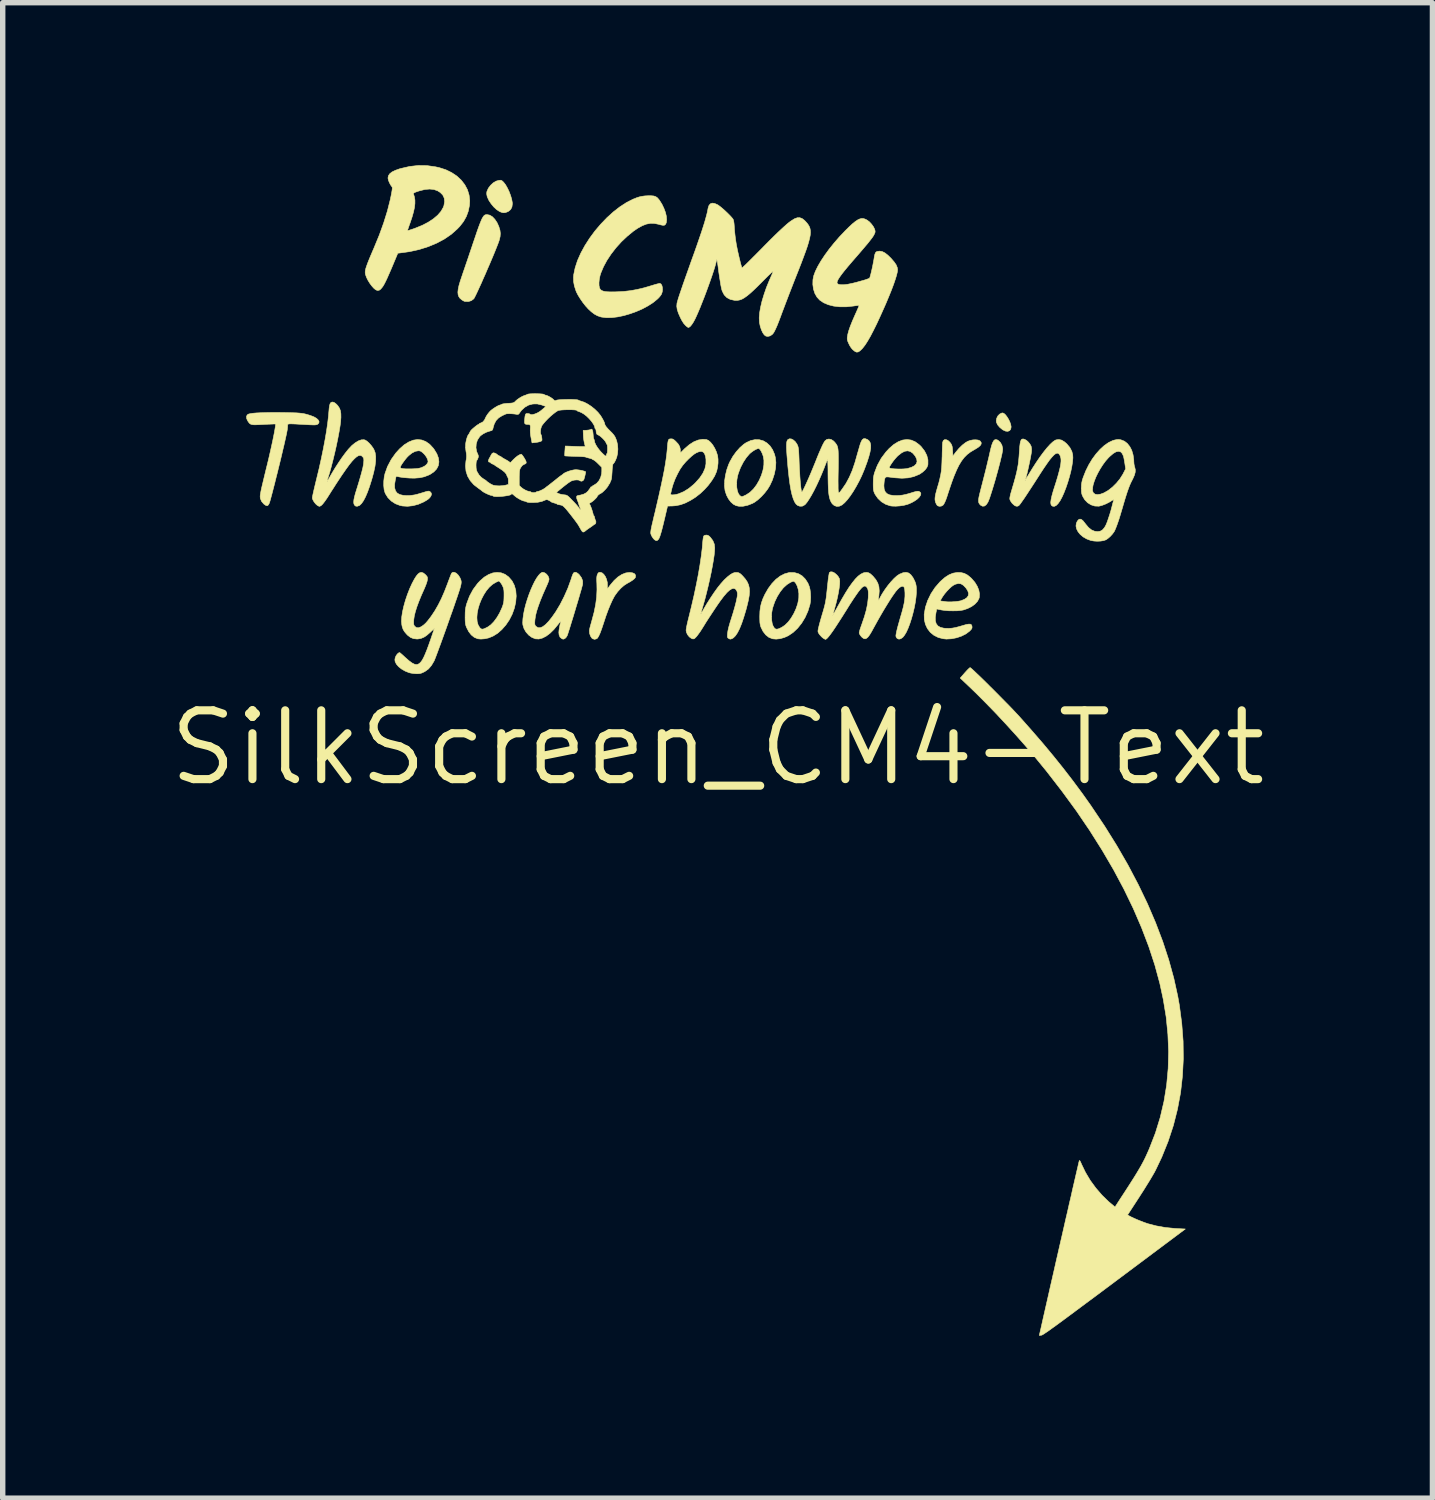
<source format=kicad_pcb>
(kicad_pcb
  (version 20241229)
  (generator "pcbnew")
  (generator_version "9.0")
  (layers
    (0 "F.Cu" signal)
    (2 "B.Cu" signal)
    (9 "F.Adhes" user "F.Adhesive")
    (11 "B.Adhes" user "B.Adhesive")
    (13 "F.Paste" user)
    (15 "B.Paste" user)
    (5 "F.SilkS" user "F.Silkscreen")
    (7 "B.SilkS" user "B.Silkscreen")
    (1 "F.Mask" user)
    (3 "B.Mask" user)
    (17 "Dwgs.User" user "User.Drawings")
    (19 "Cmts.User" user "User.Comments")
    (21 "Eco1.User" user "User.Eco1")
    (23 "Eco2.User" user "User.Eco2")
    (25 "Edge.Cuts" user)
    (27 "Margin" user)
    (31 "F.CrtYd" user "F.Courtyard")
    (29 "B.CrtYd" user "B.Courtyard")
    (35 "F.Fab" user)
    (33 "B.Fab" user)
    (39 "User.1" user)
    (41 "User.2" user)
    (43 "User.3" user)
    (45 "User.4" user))
  (footprint "SilkScreen_CM4-Text"
    (layer "F.Cu")
    (at 10.198 10.754)
    (property "Reference" "SilkScreen_CM4-Text" (at 0 0 0) (layer "F.SilkS") (effects (font (size 1.27 1.27) (thickness 0.15))))
    (attr board_only exclude_from_pos_files exclude_from_bom)
    (fp_poly (pts (xy 5.287 -6.171) (xy 5.315 -6.146) (xy 5.343 -6.109) (xy 5.371 -6.064) (xy 5.394 -6.017) (xy 5.411 -5.97) (xy 5.418 -5.929) (xy 5.419 -5.922) (xy 5.411 -5.88) (xy 5.39 -5.853) (xy 5.357 -5.841) (xy 5.316 -5.845) (xy 5.27 -5.866) (xy 5.26 -5.872) (xy 5.209 -5.914) (xy 5.17 -5.96) (xy 5.148 -6.007) (xy 5.144 -6.037) (xy 5.152 -6.082) (xy 5.173 -6.124) (xy 5.205 -6.158) (xy 5.241 -6.177) (xy 5.263 -6.181) (xy 5.287 -6.171)) (stroke (width 0.01) (type solid)) (fill yes) (layer "F.SilkS"))
    (fp_poly (pts (xy -3.987 -10.472) (xy -3.967 -10.456) (xy -3.95 -10.439) (xy -3.915 -10.394) (xy -3.881 -10.334) (xy -3.848 -10.265) (xy -3.821 -10.193) (xy -3.801 -10.124) (xy -3.79 -10.063) (xy -3.789 -10.042) (xy -3.797 -9.982) (xy -3.821 -9.936) (xy -3.862 -9.902) (xy -3.876 -9.895) (xy -3.919 -9.879) (xy -3.957 -9.876) (xy -3.997 -9.887) (xy -4.03 -9.902) (xy -4.08 -9.935) (xy -4.132 -9.983) (xy -4.18 -10.041) (xy -4.221 -10.102) (xy -4.249 -10.162) (xy -4.256 -10.183) (xy -4.263 -10.224) (xy -4.261 -10.258) (xy -4.257 -10.274) (xy -4.231 -10.331) (xy -4.191 -10.383) (xy -4.143 -10.428) (xy -4.089 -10.46) (xy -4.036 -10.475) (xy -4.007 -10.477) (xy -3.987 -10.472)) (stroke (width 0.01) (type solid)) (fill yes) (layer "F.SilkS"))
    (fp_poly (pts (xy 5.165 -5.682) (xy 5.178 -5.675) (xy 5.219 -5.637) (xy 5.248 -5.587) (xy 5.262 -5.53) (xy 5.263 -5.509) (xy 5.259 -5.475) (xy 5.25 -5.425) (xy 5.235 -5.36) (xy 5.217 -5.284) (xy 5.195 -5.199) (xy 5.171 -5.108) (xy 5.145 -5.015) (xy 5.119 -4.922) (xy 5.092 -4.832) (xy 5.066 -4.747) (xy 5.042 -4.672) (xy 5.021 -4.608) (xy 5.002 -4.559) (xy 4.988 -4.528) (xy 4.958 -4.485) (xy 4.925 -4.461) (xy 4.891 -4.459) (xy 4.856 -4.477) (xy 4.846 -4.487) (xy 4.831 -4.505) (xy 4.821 -4.526) (xy 4.817 -4.552) (xy 4.818 -4.587) (xy 4.826 -4.633) (xy 4.84 -4.693) (xy 4.858 -4.765) (xy 4.894 -4.905) (xy 4.928 -5.038) (xy 4.959 -5.161) (xy 4.985 -5.271) (xy 5.008 -5.366) (xy 5.022 -5.429) (xy 5.042 -5.516) (xy 5.06 -5.584) (xy 5.079 -5.634) (xy 5.097 -5.667) (xy 5.117 -5.685) (xy 5.139 -5.689) (xy 5.165 -5.682)) (stroke (width 0.01) (type solid)) (fill yes) (layer "F.SilkS"))
    (fp_poly (pts (xy -4.206 -9.832) (xy -4.158 -9.803) (xy -4.113 -9.756) (xy -4.072 -9.695) (xy -4.038 -9.62) (xy -4.037 -9.616) (xy -4.018 -9.554) (xy -4.011 -9.496) (xy -4.015 -9.437) (xy -4.031 -9.37) (xy -4.052 -9.311) (xy -4.075 -9.252) (xy -4.103 -9.182) (xy -4.135 -9.103) (xy -4.171 -9.018) (xy -4.209 -8.928) (xy -4.249 -8.837) (xy -4.288 -8.745) (xy -4.328 -8.656) (xy -4.365 -8.571) (xy -4.401 -8.493) (xy -4.432 -8.425) (xy -4.459 -8.368) (xy -4.481 -8.324) (xy -4.496 -8.296) (xy -4.501 -8.288) (xy -4.546 -8.254) (xy -4.6 -8.237) (xy -4.66 -8.239) (xy -4.673 -8.241) (xy -4.695 -8.251) (xy -4.722 -8.268) (xy -4.728 -8.273) (xy -4.758 -8.299) (xy -4.779 -8.33) (xy -4.791 -8.366) (xy -4.795 -8.411) (xy -4.789 -8.465) (xy -4.775 -8.532) (xy -4.751 -8.614) (xy -4.718 -8.712) (xy -4.715 -8.721) (xy -4.695 -8.781) (xy -4.669 -8.856) (xy -4.639 -8.944) (xy -4.606 -9.04) (xy -4.573 -9.139) (xy -4.539 -9.239) (xy -4.514 -9.314) (xy -4.474 -9.431) (xy -4.441 -9.529) (xy -4.412 -9.611) (xy -4.387 -9.677) (xy -4.366 -9.729) (xy -4.348 -9.769) (xy -4.331 -9.798) (xy -4.316 -9.819) (xy -4.301 -9.832) (xy -4.285 -9.839) (xy -4.268 -9.842) (xy -4.255 -9.842) (xy -4.206 -9.832)) (stroke (width 0.01) (type solid)) (fill yes) (layer "F.SilkS"))
    (fp_poly (pts (xy -2.134 -3.229) (xy -2.101 -3.201) (xy -2.072 -3.16) (xy -2.05 -3.109) (xy -2.036 -3.051) (xy -2.034 -2.991) (xy -2.034 -2.989) (xy -2.035 -2.957) (xy -2.036 -2.937) (xy -2.036 -2.932) (xy -2.03 -2.939) (xy -2.014 -2.96) (xy -1.991 -2.991) (xy -1.98 -3.005) (xy -1.911 -3.087) (xy -1.84 -3.152) (xy -1.767 -3.199) (xy -1.695 -3.227) (xy -1.625 -3.236) (xy -1.568 -3.228) (xy -1.532 -3.211) (xy -1.515 -3.185) (xy -1.517 -3.149) (xy -1.518 -3.144) (xy -1.534 -3.122) (xy -1.567 -3.095) (xy -1.614 -3.064) (xy -1.672 -3.032) (xy -1.729 -2.995) (xy -1.788 -2.943) (xy -1.846 -2.879) (xy -1.896 -2.81) (xy -1.909 -2.789) (xy -1.944 -2.722) (xy -1.982 -2.638) (xy -2.022 -2.54) (xy -2.062 -2.431) (xy -2.1 -2.315) (xy -2.106 -2.297) (xy -2.139 -2.198) (xy -2.168 -2.119) (xy -2.194 -2.062) (xy -2.216 -2.026) (xy -2.231 -2.012) (xy -2.27 -2.001) (xy -2.305 -2.011) (xy -2.323 -2.025) (xy -2.347 -2.062) (xy -2.363 -2.109) (xy -2.368 -2.158) (xy -2.365 -2.179) (xy -2.36 -2.204) (xy -2.35 -2.244) (xy -2.336 -2.293) (xy -2.322 -2.344) (xy -2.28 -2.501) (xy -2.251 -2.646) (xy -2.233 -2.783) (xy -2.227 -2.917) (xy -2.229 -3.027) (xy -2.232 -3.087) (xy -2.232 -3.13) (xy -2.229 -3.161) (xy -2.224 -3.185) (xy -2.219 -3.199) (xy -2.205 -3.225) (xy -2.19 -3.236) (xy -2.171 -3.239) (xy -2.134 -3.229)) (stroke (width 0.01) (type solid)) (fill yes) (layer "F.SilkS"))
    (fp_poly (pts (xy 4.252 -5.673) (xy 4.285 -5.643) (xy 4.305 -5.618) (xy 4.32 -5.592) (xy 4.329 -5.566) (xy 4.335 -5.532) (xy 4.339 -5.483) (xy 4.339 -5.48) (xy 4.344 -5.386) (xy 4.397 -5.456) (xy 4.455 -5.525) (xy 4.517 -5.586) (xy 4.579 -5.634) (xy 4.619 -5.657) (xy 4.664 -5.673) (xy 4.714 -5.683) (xy 4.764 -5.685) (xy 4.809 -5.68) (xy 4.841 -5.667) (xy 4.847 -5.662) (xy 4.866 -5.635) (xy 4.866 -5.607) (xy 4.848 -5.577) (xy 4.81 -5.545) (xy 4.752 -5.509) (xy 4.741 -5.503) (xy 4.67 -5.461) (xy 4.608 -5.414) (xy 4.553 -5.359) (xy 4.504 -5.295) (xy 4.457 -5.218) (xy 4.412 -5.126) (xy 4.366 -5.017) (xy 4.35 -4.975) (xy 4.326 -4.91) (xy 4.301 -4.837) (xy 4.277 -4.766) (xy 4.261 -4.718) (xy 4.236 -4.64) (xy 4.215 -4.58) (xy 4.196 -4.535) (xy 4.179 -4.502) (xy 4.163 -4.48) (xy 4.16 -4.477) (xy 4.129 -4.46) (xy 4.092 -4.457) (xy 4.062 -4.467) (xy 4.048 -4.482) (xy 4.033 -4.51) (xy 4.026 -4.524) (xy 4.017 -4.556) (xy 4.013 -4.589) (xy 4.016 -4.629) (xy 4.024 -4.677) (xy 4.04 -4.739) (xy 4.059 -4.806) (xy 4.085 -4.894) (xy 4.104 -4.971) (xy 4.119 -5.04) (xy 4.13 -5.108) (xy 4.137 -5.181) (xy 4.141 -5.263) (xy 4.144 -5.36) (xy 4.145 -5.371) (xy 4.146 -5.441) (xy 4.148 -5.506) (xy 4.15 -5.563) (xy 4.152 -5.606) (xy 4.154 -5.634) (xy 4.155 -5.639) (xy 4.167 -5.671) (xy 4.19 -5.687) (xy 4.219 -5.687) (xy 4.252 -5.673)) (stroke (width 0.01) (type solid)) (fill yes) (layer "F.SilkS"))
    (fp_poly (pts (xy 0.77 -5.686) (xy 0.843 -5.666) (xy 0.909 -5.627) (xy 0.967 -5.573) (xy 1.015 -5.502) (xy 1.051 -5.417) (xy 1.065 -5.362) (xy 1.076 -5.267) (xy 1.07 -5.163) (xy 1.048 -5.054) (xy 1.011 -4.941) (xy 0.965 -4.842) (xy 0.923 -4.773) (xy 0.87 -4.704) (xy 0.81 -4.638) (xy 0.747 -4.58) (xy 0.686 -4.534) (xy 0.645 -4.511) (xy 0.556 -4.476) (xy 0.471 -4.458) (xy 0.392 -4.458) (xy 0.341 -4.469) (xy 0.291 -4.495) (xy 0.243 -4.538) (xy 0.2 -4.595) (xy 0.165 -4.662) (xy 0.141 -4.734) (xy 0.137 -4.75) (xy 0.127 -4.834) (xy 0.129 -4.873) (xy 0.351 -4.873) (xy 0.354 -4.806) (xy 0.364 -4.746) (xy 0.381 -4.697) (xy 0.405 -4.66) (xy 0.433 -4.639) (xy 0.451 -4.636) (xy 0.466 -4.64) (xy 0.493 -4.652) (xy 0.527 -4.668) (xy 0.596 -4.713) (xy 0.661 -4.776) (xy 0.719 -4.852) (xy 0.769 -4.939) (xy 0.809 -5.031) (xy 0.838 -5.126) (xy 0.854 -5.22) (xy 0.855 -5.309) (xy 0.842 -5.382) (xy 0.825 -5.43) (xy 0.805 -5.471) (xy 0.784 -5.504) (xy 0.765 -5.522) (xy 0.756 -5.524) (xy 0.73 -5.518) (xy 0.693 -5.501) (xy 0.653 -5.476) (xy 0.614 -5.447) (xy 0.591 -5.427) (xy 0.53 -5.356) (xy 0.473 -5.269) (xy 0.423 -5.172) (xy 0.384 -5.069) (xy 0.369 -5.017) (xy 0.356 -4.945) (xy 0.351 -4.873) (xy 0.129 -4.873) (xy 0.13 -4.93) (xy 0.145 -5.031) (xy 0.17 -5.134) (xy 0.205 -5.233) (xy 0.229 -5.284) (xy 0.282 -5.378) (xy 0.345 -5.465) (xy 0.413 -5.541) (xy 0.484 -5.603) (xy 0.529 -5.633) (xy 0.612 -5.671) (xy 0.692 -5.688) (xy 0.77 -5.686)) (stroke (width 0.01) (type solid)) (fill yes) (layer "F.SilkS"))
    (fp_poly (pts (xy 1.419 -3.233) (xy 1.495 -3.211) (xy 1.562 -3.171) (xy 1.619 -3.113) (xy 1.667 -3.039) (xy 1.694 -2.973) (xy 1.707 -2.918) (xy 1.715 -2.851) (xy 1.718 -2.778) (xy 1.715 -2.707) (xy 1.706 -2.647) (xy 1.705 -2.644) (xy 1.668 -2.522) (xy 1.616 -2.406) (xy 1.552 -2.3) (xy 1.477 -2.206) (xy 1.394 -2.128) (xy 1.307 -2.069) (xy 1.232 -2.035) (xy 1.154 -2.013) (xy 1.08 -2.005) (xy 1.013 -2.011) (xy 1.012 -2.012) (xy 0.946 -2.038) (xy 0.888 -2.084) (xy 0.839 -2.147) (xy 0.802 -2.221) (xy 0.792 -2.249) (xy 0.786 -2.277) (xy 0.781 -2.309) (xy 0.779 -2.352) (xy 0.778 -2.41) (xy 0.778 -2.421) (xy 0.996 -2.421) (xy 0.999 -2.353) (xy 1.008 -2.294) (xy 1.024 -2.248) (xy 1.025 -2.247) (xy 1.046 -2.212) (xy 1.068 -2.193) (xy 1.095 -2.188) (xy 1.131 -2.197) (xy 1.179 -2.22) (xy 1.182 -2.221) (xy 1.243 -2.262) (xy 1.303 -2.321) (xy 1.358 -2.394) (xy 1.407 -2.477) (xy 1.448 -2.566) (xy 1.479 -2.658) (xy 1.497 -2.749) (xy 1.499 -2.774) (xy 1.5 -2.849) (xy 1.489 -2.921) (xy 1.47 -2.985) (xy 1.443 -3.037) (xy 1.422 -3.061) (xy 1.409 -3.07) (xy 1.396 -3.073) (xy 1.376 -3.066) (xy 1.347 -3.054) (xy 1.28 -3.012) (xy 1.215 -2.953) (xy 1.155 -2.878) (xy 1.101 -2.791) (xy 1.055 -2.695) (xy 1.02 -2.593) (xy 1.01 -2.554) (xy 0.999 -2.49) (xy 0.996 -2.421) (xy 0.778 -2.421) (xy 0.778 -2.424) (xy 0.781 -2.518) (xy 0.791 -2.599) (xy 0.809 -2.675) (xy 0.837 -2.753) (xy 0.873 -2.831) (xy 0.934 -2.938) (xy 1.002 -3.03) (xy 1.076 -3.108) (xy 1.154 -3.168) (xy 1.236 -3.21) (xy 1.318 -3.233) (xy 1.337 -3.235) (xy 1.419 -3.233)) (stroke (width 0.01) (type solid)) (fill yes) (layer "F.SilkS"))
    (fp_poly (pts (xy -3.996 -3.229) (xy -3.924 -3.201) (xy -3.859 -3.154) (xy -3.856 -3.151) (xy -3.795 -3.08) (xy -3.752 -2.997) (xy -3.726 -2.903) (xy -3.718 -2.8) (xy -3.727 -2.688) (xy -3.752 -2.576) (xy -3.792 -2.465) (xy -3.845 -2.361) (xy -3.909 -2.266) (xy -3.982 -2.183) (xy -4.061 -2.113) (xy -4.145 -2.061) (xy -4.228 -2.027) (xy -4.301 -2.011) (xy -4.37 -2.006) (xy -4.427 -2.011) (xy -4.429 -2.012) (xy -4.491 -2.037) (xy -4.547 -2.082) (xy -4.595 -2.143) (xy -4.634 -2.219) (xy -4.639 -2.231) (xy -4.649 -2.26) (xy -4.655 -2.29) (xy -4.659 -2.325) (xy -4.661 -2.371) (xy -4.661 -2.404) (xy -4.444 -2.404) (xy -4.439 -2.33) (xy -4.421 -2.267) (xy -4.391 -2.217) (xy -4.371 -2.198) (xy -4.351 -2.189) (xy -4.327 -2.191) (xy -4.295 -2.203) (xy -4.249 -2.226) (xy -4.243 -2.229) (xy -4.186 -2.27) (xy -4.129 -2.329) (xy -4.075 -2.402) (xy -4.025 -2.487) (xy -3.982 -2.581) (xy -3.973 -2.603) (xy -3.96 -2.642) (xy -3.951 -2.677) (xy -3.946 -2.713) (xy -3.944 -2.758) (xy -3.943 -2.805) (xy -3.943 -2.861) (xy -3.945 -2.901) (xy -3.95 -2.932) (xy -3.957 -2.958) (xy -3.967 -2.981) (xy -3.985 -3.016) (xy -4.005 -3.045) (xy -4.015 -3.057) (xy -4.038 -3.079) (xy -4.095 -3.053) (xy -4.157 -3.015) (xy -4.216 -2.962) (xy -4.27 -2.897) (xy -4.318 -2.822) (xy -4.36 -2.741) (xy -4.395 -2.655) (xy -4.421 -2.569) (xy -4.438 -2.484) (xy -4.444 -2.404) (xy -4.661 -2.404) (xy -4.661 -2.429) (xy -4.66 -2.492) (xy -4.657 -2.541) (xy -4.651 -2.582) (xy -4.642 -2.623) (xy -4.632 -2.659) (xy -4.58 -2.798) (xy -4.513 -2.922) (xy -4.43 -3.034) (xy -4.384 -3.083) (xy -4.308 -3.149) (xy -4.229 -3.197) (xy -4.15 -3.227) (xy -4.071 -3.237) (xy -3.996 -3.229)) (stroke (width 0.01) (type solid)) (fill yes) (layer "F.SilkS"))
    (fp_poly (pts (xy -2.601 -3.232) (xy -2.573 -3.212) (xy -2.553 -3.193) (xy -2.512 -3.136) (xy -2.491 -3.078) (xy -2.491 -3.023) (xy -2.495 -3.004) (xy -2.505 -2.967) (xy -2.519 -2.915) (xy -2.538 -2.851) (xy -2.559 -2.777) (xy -2.583 -2.696) (xy -2.609 -2.611) (xy -2.635 -2.523) (xy -2.661 -2.436) (xy -2.687 -2.352) (xy -2.711 -2.274) (xy -2.732 -2.205) (xy -2.751 -2.147) (xy -2.765 -2.102) (xy -2.775 -2.074) (xy -2.778 -2.067) (xy -2.796 -2.038) (xy -2.819 -2.016) (xy -2.819 -2.016) (xy -2.842 -2.005) (xy -2.862 -2.007) (xy -2.875 -2.013) (xy -2.908 -2.039) (xy -2.926 -2.08) (xy -2.931 -2.127) (xy -2.928 -2.166) (xy -2.92 -2.217) (xy -2.909 -2.273) (xy -2.895 -2.325) (xy -2.893 -2.334) (xy -2.896 -2.335) (xy -2.909 -2.321) (xy -2.93 -2.296) (xy -2.952 -2.268) (xy -3.023 -2.182) (xy -3.095 -2.112) (xy -3.166 -2.059) (xy -3.235 -2.024) (xy -3.3 -2.007) (xy -3.36 -2.01) (xy -3.362 -2.01) (xy -3.428 -2.036) (xy -3.487 -2.079) (xy -3.537 -2.135) (xy -3.574 -2.199) (xy -3.595 -2.268) (xy -3.598 -2.307) (xy -3.594 -2.381) (xy -3.583 -2.462) (xy -3.566 -2.55) (xy -3.543 -2.641) (xy -3.515 -2.733) (xy -3.484 -2.824) (xy -3.45 -2.912) (xy -3.414 -2.994) (xy -3.378 -3.068) (xy -3.341 -3.132) (xy -3.305 -3.182) (xy -3.272 -3.218) (xy -3.241 -3.237) (xy -3.228 -3.239) (xy -3.192 -3.229) (xy -3.158 -3.204) (xy -3.13 -3.169) (xy -3.114 -3.129) (xy -3.112 -3.109) (xy -3.116 -3.09) (xy -3.127 -3.057) (xy -3.144 -3.015) (xy -3.16 -2.979) (xy -3.221 -2.842) (xy -3.271 -2.721) (xy -3.31 -2.615) (xy -3.34 -2.523) (xy -3.36 -2.443) (xy -3.371 -2.373) (xy -3.373 -2.354) (xy -3.376 -2.311) (xy -3.375 -2.283) (xy -3.371 -2.265) (xy -3.362 -2.25) (xy -3.35 -2.238) (xy -3.316 -2.217) (xy -3.275 -2.215) (xy -3.229 -2.234) (xy -3.177 -2.273) (xy -3.12 -2.332) (xy -3.057 -2.411) (xy -2.989 -2.508) (xy -2.908 -2.643) (xy -2.832 -2.792) (xy -2.764 -2.946) (xy -2.709 -3.098) (xy -2.705 -3.11) (xy -2.688 -3.163) (xy -2.674 -3.199) (xy -2.663 -3.222) (xy -2.651 -3.233) (xy -2.637 -3.238) (xy -2.626 -3.239) (xy -2.601 -3.232)) (stroke (width 0.01) (type solid)) (fill yes) (layer "F.SilkS"))
    (fp_poly (pts (xy -1.179 -10.186) (xy -1.143 -10.174) (xy -1.113 -10.154) (xy -1.085 -10.122) (xy -1.072 -10.105) (xy -1.027 -10.033) (xy -0.991 -9.958) (xy -0.963 -9.883) (xy -0.946 -9.812) (xy -0.941 -9.748) (xy -0.947 -9.695) (xy -0.956 -9.673) (xy -0.969 -9.655) (xy -0.986 -9.645) (xy -1.013 -9.645) (xy -1.053 -9.653) (xy -1.088 -9.663) (xy -1.165 -9.679) (xy -1.239 -9.681) (xy -1.314 -9.667) (xy -1.392 -9.637) (xy -1.476 -9.59) (xy -1.556 -9.535) (xy -1.668 -9.443) (xy -1.776 -9.341) (xy -1.876 -9.23) (xy -1.966 -9.114) (xy -2.044 -8.996) (xy -2.107 -8.879) (xy -2.155 -8.765) (xy -2.171 -8.714) (xy -2.184 -8.65) (xy -2.19 -8.588) (xy -2.189 -8.533) (xy -2.18 -8.488) (xy -2.164 -8.459) (xy -2.16 -8.455) (xy -2.138 -8.44) (xy -2.11 -8.429) (xy -2.075 -8.421) (xy -2.029 -8.417) (xy -1.969 -8.415) (xy -1.892 -8.416) (xy -1.857 -8.417) (xy -1.73 -8.424) (xy -1.608 -8.438) (xy -1.486 -8.46) (xy -1.356 -8.491) (xy -1.224 -8.53) (xy -1.172 -8.546) (xy -1.126 -8.559) (xy -1.091 -8.568) (xy -1.07 -8.572) (xy -1.068 -8.572) (xy -1.047 -8.563) (xy -1.03 -8.538) (xy -1.02 -8.501) (xy -1.017 -8.459) (xy -1.022 -8.416) (xy -1.035 -8.376) (xy -1.036 -8.373) (xy -1.055 -8.345) (xy -1.083 -8.311) (xy -1.108 -8.286) (xy -1.188 -8.22) (xy -1.282 -8.159) (xy -1.386 -8.103) (xy -1.498 -8.054) (xy -1.614 -8.012) (xy -1.73 -7.978) (xy -1.844 -7.954) (xy -1.952 -7.941) (xy -2.052 -7.939) (xy -2.14 -7.95) (xy -2.159 -7.954) (xy -2.219 -7.975) (xy -2.274 -8.005) (xy -2.331 -8.048) (xy -2.388 -8.101) (xy -2.436 -8.154) (xy -2.486 -8.217) (xy -2.533 -8.285) (xy -2.575 -8.352) (xy -2.606 -8.412) (xy -2.615 -8.435) (xy -2.644 -8.524) (xy -2.659 -8.605) (xy -2.661 -8.683) (xy -2.657 -8.731) (xy -2.63 -8.86) (xy -2.586 -8.995) (xy -2.525 -9.132) (xy -2.45 -9.27) (xy -2.363 -9.406) (xy -2.265 -9.539) (xy -2.158 -9.665) (xy -2.044 -9.784) (xy -1.926 -9.891) (xy -1.804 -9.986) (xy -1.681 -10.066) (xy -1.558 -10.128) (xy -1.495 -10.153) (xy -1.442 -10.17) (xy -1.395 -10.18) (xy -1.344 -10.187) (xy -1.289 -10.19) (xy -1.226 -10.19) (xy -1.179 -10.186)) (stroke (width 0.01) (type solid)) (fill yes) (layer "F.SilkS"))
    (fp_poly (pts (xy 4.491 -3.234) (xy 4.554 -3.219) (xy 4.613 -3.188) (xy 4.673 -3.139) (xy 4.691 -3.121) (xy 4.749 -3.054) (xy 4.793 -2.982) (xy 4.822 -2.91) (xy 4.835 -2.84) (xy 4.831 -2.775) (xy 4.826 -2.757) (xy 4.798 -2.703) (xy 4.752 -2.653) (xy 4.69 -2.607) (xy 4.616 -2.57) (xy 4.537 -2.543) (xy 4.486 -2.534) (xy 4.421 -2.528) (xy 4.347 -2.527) (xy 4.27 -2.528) (xy 4.197 -2.534) (xy 4.134 -2.543) (xy 4.128 -2.544) (xy 4.09 -2.552) (xy 4.061 -2.558) (xy 4.048 -2.561) (xy 4.047 -2.561) (xy 4.044 -2.552) (xy 4.039 -2.527) (xy 4.032 -2.495) (xy 4.019 -2.411) (xy 4.02 -2.343) (xy 4.036 -2.289) (xy 4.067 -2.249) (xy 4.113 -2.222) (xy 4.176 -2.207) (xy 4.211 -2.204) (xy 4.269 -2.203) (xy 4.327 -2.207) (xy 4.39 -2.218) (xy 4.462 -2.237) (xy 4.527 -2.256) (xy 4.589 -2.274) (xy 4.635 -2.282) (xy 4.666 -2.281) (xy 4.685 -2.27) (xy 4.695 -2.249) (xy 4.697 -2.234) (xy 4.697 -2.212) (xy 4.688 -2.192) (xy 4.667 -2.168) (xy 4.655 -2.155) (xy 4.587 -2.103) (xy 4.504 -2.061) (xy 4.413 -2.03) (xy 4.317 -2.011) (xy 4.222 -2.006) (xy 4.165 -2.012) (xy 4.074 -2.035) (xy 3.993 -2.076) (xy 3.926 -2.131) (xy 3.873 -2.2) (xy 3.836 -2.279) (xy 3.816 -2.367) (xy 3.814 -2.463) (xy 3.815 -2.468) (xy 3.837 -2.595) (xy 3.876 -2.71) (xy 4.108 -2.71) (xy 4.152 -2.705) (xy 4.189 -2.7) (xy 4.223 -2.695) (xy 4.228 -2.694) (xy 4.269 -2.692) (xy 4.323 -2.693) (xy 4.382 -2.697) (xy 4.437 -2.703) (xy 4.482 -2.711) (xy 4.493 -2.714) (xy 4.558 -2.74) (xy 4.603 -2.771) (xy 4.628 -2.808) (xy 4.633 -2.851) (xy 4.617 -2.9) (xy 4.583 -2.951) (xy 4.538 -2.998) (xy 4.494 -3.025) (xy 4.447 -3.032) (xy 4.395 -3.02) (xy 4.354 -3) (xy 4.318 -2.974) (xy 4.276 -2.935) (xy 4.231 -2.888) (xy 4.189 -2.838) (xy 4.155 -2.79) (xy 4.142 -2.769) (xy 4.108 -2.71) (xy 3.876 -2.71) (xy 3.88 -2.721) (xy 3.939 -2.843) (xy 4.015 -2.958) (xy 4.106 -3.063) (xy 4.125 -3.081) (xy 4.201 -3.147) (xy 4.274 -3.193) (xy 4.345 -3.222) (xy 4.419 -3.235) (xy 4.421 -3.236) (xy 4.491 -3.234)) (stroke (width 0.01) (type solid)) (fill yes) (layer "F.SilkS"))
    (fp_poly (pts (xy -8.017 -6.188) (xy -7.92 -6.186) (xy -7.84 -6.184) (xy -7.776 -6.182) (xy -7.723 -6.178) (xy -7.678 -6.173) (xy -7.638 -6.167) (xy -7.6 -6.158) (xy -7.561 -6.147) (xy -7.517 -6.133) (xy -7.511 -6.131) (xy -7.452 -6.108) (xy -7.405 -6.081) (xy -7.374 -6.052) (xy -7.358 -6.023) (xy -7.361 -5.996) (xy -7.382 -5.973) (xy -7.383 -5.973) (xy -7.393 -5.967) (xy -7.407 -5.963) (xy -7.425 -5.96) (xy -7.452 -5.959) (xy -7.49 -5.96) (xy -7.543 -5.962) (xy -7.613 -5.966) (xy -7.634 -5.967) (xy -7.722 -5.972) (xy -7.792 -5.976) (xy -7.844 -5.978) (xy -7.882 -5.979) (xy -7.909 -5.978) (xy -7.925 -5.975) (xy -7.934 -5.97) (xy -7.937 -5.962) (xy -7.938 -5.951) (xy -7.938 -5.938) (xy -7.94 -5.91) (xy -7.945 -5.867) (xy -7.954 -5.819) (xy -7.958 -5.798) (xy -7.971 -5.739) (xy -7.987 -5.667) (xy -8.006 -5.583) (xy -8.028 -5.491) (xy -8.051 -5.392) (xy -8.076 -5.288) (xy -8.102 -5.183) (xy -8.128 -5.077) (xy -8.154 -4.975) (xy -8.178 -4.877) (xy -8.202 -4.785) (xy -8.223 -4.703) (xy -8.242 -4.633) (xy -8.257 -4.576) (xy -8.269 -4.536) (xy -8.276 -4.513) (xy -8.277 -4.513) (xy -8.295 -4.481) (xy -8.315 -4.467) (xy -8.34 -4.473) (xy -8.374 -4.497) (xy -8.378 -4.5) (xy -8.42 -4.549) (xy -8.442 -4.604) (xy -8.445 -4.639) (xy -8.443 -4.666) (xy -8.436 -4.709) (xy -8.424 -4.77) (xy -8.406 -4.848) (xy -8.383 -4.944) (xy -8.355 -5.06) (xy -8.34 -5.122) (xy -8.312 -5.235) (xy -8.285 -5.347) (xy -8.26 -5.456) (xy -8.237 -5.559) (xy -8.216 -5.655) (xy -8.198 -5.743) (xy -8.183 -5.819) (xy -8.172 -5.882) (xy -8.164 -5.931) (xy -8.161 -5.963) (xy -8.163 -5.976) (xy -8.174 -5.976) (xy -8.203 -5.976) (xy -8.247 -5.974) (xy -8.303 -5.972) (xy -8.366 -5.969) (xy -8.381 -5.968) (xy -8.459 -5.964) (xy -8.518 -5.962) (xy -8.563 -5.962) (xy -8.595 -5.966) (xy -8.619 -5.973) (xy -8.638 -5.985) (xy -8.653 -6.002) (xy -8.669 -6.025) (xy -8.674 -6.032) (xy -8.694 -6.075) (xy -8.698 -6.113) (xy -8.685 -6.143) (xy -8.664 -6.158) (xy -8.635 -6.166) (xy -8.586 -6.174) (xy -8.52 -6.18) (xy -8.438 -6.184) (xy -8.342 -6.187) (xy -8.233 -6.189) (xy -8.114 -6.189) (xy -8.017 -6.188)) (stroke (width 0.01) (type solid)) (fill yes) (layer "F.SilkS"))
    (fp_poly (pts (xy -5.461 -5.681) (xy -5.387 -5.652) (xy -5.316 -5.602) (xy -5.251 -5.532) (xy -5.233 -5.508) (xy -5.183 -5.426) (xy -5.154 -5.348) (xy -5.145 -5.276) (xy -5.156 -5.208) (xy -5.187 -5.147) (xy -5.238 -5.093) (xy -5.308 -5.046) (xy -5.338 -5.032) (xy -5.416 -5.002) (xy -5.5 -4.984) (xy -5.593 -4.977) (xy -5.678 -4.978) (xy -5.735 -4.982) (xy -5.793 -4.987) (xy -5.842 -4.994) (xy -5.87 -4.998) (xy -5.935 -5.012) (xy -5.949 -4.948) (xy -5.963 -4.864) (xy -5.962 -4.796) (xy -5.946 -4.741) (xy -5.915 -4.701) (xy -5.868 -4.674) (xy -5.804 -4.659) (xy -5.738 -4.655) (xy -5.686 -4.656) (xy -5.639 -4.661) (xy -5.592 -4.668) (xy -5.539 -4.681) (xy -5.475 -4.7) (xy -5.437 -4.711) (xy -5.39 -4.726) (xy -5.359 -4.734) (xy -5.338 -4.737) (xy -5.324 -4.735) (xy -5.311 -4.729) (xy -5.308 -4.727) (xy -5.286 -4.702) (xy -5.283 -4.67) (xy -5.299 -4.635) (xy -5.32 -4.61) (xy -5.345 -4.587) (xy -5.38 -4.564) (xy -5.429 -4.536) (xy -5.431 -4.535) (xy -5.526 -4.494) (xy -5.625 -4.468) (xy -5.724 -4.457) (xy -5.818 -4.463) (xy -5.862 -4.472) (xy -5.949 -4.505) (xy -6.024 -4.554) (xy -6.086 -4.616) (xy -6.132 -4.689) (xy -6.141 -4.71) (xy -6.157 -4.769) (xy -6.164 -4.842) (xy -6.163 -4.922) (xy -6.154 -5.003) (xy -6.14 -5.063) (xy -6.101 -5.171) (xy -5.86 -5.171) (xy -5.846 -5.16) (xy -5.811 -5.152) (xy -5.755 -5.148) (xy -5.679 -5.148) (xy -5.646 -5.148) (xy -5.583 -5.151) (xy -5.535 -5.155) (xy -5.496 -5.163) (xy -5.462 -5.173) (xy -5.459 -5.175) (xy -5.411 -5.198) (xy -5.374 -5.228) (xy -5.351 -5.26) (xy -5.345 -5.285) (xy -5.354 -5.324) (xy -5.377 -5.37) (xy -5.411 -5.415) (xy -5.433 -5.437) (xy -5.464 -5.463) (xy -5.488 -5.477) (xy -5.514 -5.482) (xy -5.525 -5.482) (xy -5.581 -5.472) (xy -5.642 -5.441) (xy -5.706 -5.39) (xy -5.706 -5.389) (xy -5.734 -5.361) (xy -5.764 -5.325) (xy -5.794 -5.285) (xy -5.822 -5.246) (xy -5.844 -5.211) (xy -5.857 -5.184) (xy -5.86 -5.171) (xy -6.101 -5.171) (xy -6.092 -5.195) (xy -6.025 -5.322) (xy -5.941 -5.44) (xy -5.869 -5.519) (xy -5.785 -5.593) (xy -5.701 -5.645) (xy -5.619 -5.678) (xy -5.539 -5.69) (xy -5.461 -5.681)) (stroke (width 0.01) (type solid)) (fill yes) (layer "F.SilkS"))
    (fp_poly (pts (xy 3.573 -5.68) (xy 3.648 -5.648) (xy 3.719 -5.596) (xy 3.757 -5.56) (xy 3.82 -5.479) (xy 3.862 -5.397) (xy 3.883 -5.315) (xy 3.883 -5.233) (xy 3.88 -5.214) (xy 3.863 -5.173) (xy 3.831 -5.13) (xy 3.786 -5.089) (xy 3.734 -5.053) (xy 3.716 -5.044) (xy 3.62 -5.005) (xy 3.517 -4.982) (xy 3.404 -4.975) (xy 3.279 -4.983) (xy 3.249 -4.986) (xy 3.19 -4.994) (xy 3.148 -4.999) (xy 3.121 -4.999) (xy 3.104 -4.995) (xy 3.094 -4.984) (xy 3.087 -4.968) (xy 3.083 -4.953) (xy 3.076 -4.916) (xy 3.072 -4.869) (xy 3.07 -4.836) (xy 3.075 -4.774) (xy 3.094 -4.726) (xy 3.126 -4.691) (xy 3.175 -4.668) (xy 3.24 -4.657) (xy 3.296 -4.655) (xy 3.357 -4.657) (xy 3.416 -4.664) (xy 3.478 -4.677) (xy 3.55 -4.697) (xy 3.61 -4.716) (xy 3.656 -4.729) (xy 3.688 -4.735) (xy 3.71 -4.734) (xy 3.718 -4.732) (xy 3.744 -4.714) (xy 3.753 -4.689) (xy 3.746 -4.66) (xy 3.724 -4.627) (xy 3.69 -4.593) (xy 3.643 -4.559) (xy 3.587 -4.527) (xy 3.523 -4.499) (xy 3.504 -4.492) (xy 3.438 -4.475) (xy 3.364 -4.464) (xy 3.288 -4.459) (xy 3.22 -4.461) (xy 3.186 -4.466) (xy 3.103 -4.494) (xy 3.026 -4.54) (xy 2.961 -4.601) (xy 2.91 -4.673) (xy 2.902 -4.688) (xy 2.89 -4.715) (xy 2.882 -4.739) (xy 2.877 -4.766) (xy 2.874 -4.801) (xy 2.873 -4.85) (xy 2.873 -4.874) (xy 2.874 -4.936) (xy 2.877 -4.985) (xy 2.884 -5.026) (xy 2.894 -5.067) (xy 2.898 -5.08) (xy 2.934 -5.173) (xy 3.169 -5.173) (xy 3.17 -5.166) (xy 3.188 -5.159) (xy 3.223 -5.152) (xy 3.269 -5.148) (xy 3.323 -5.146) (xy 3.379 -5.145) (xy 3.433 -5.147) (xy 3.48 -5.151) (xy 3.505 -5.155) (xy 3.579 -5.177) (xy 3.633 -5.205) (xy 3.667 -5.24) (xy 3.682 -5.281) (xy 3.676 -5.328) (xy 3.651 -5.38) (xy 3.649 -5.383) (xy 3.605 -5.436) (xy 3.558 -5.469) (xy 3.508 -5.481) (xy 3.454 -5.473) (xy 3.397 -5.444) (xy 3.334 -5.395) (xy 3.309 -5.371) (xy 3.281 -5.339) (xy 3.25 -5.302) (xy 3.222 -5.263) (xy 3.197 -5.226) (xy 3.178 -5.195) (xy 3.169 -5.173) (xy 2.934 -5.173) (xy 2.951 -5.216) (xy 3.021 -5.344) (xy 3.108 -5.46) (xy 3.169 -5.526) (xy 3.252 -5.598) (xy 3.335 -5.649) (xy 3.416 -5.68) (xy 3.496 -5.69) (xy 3.573 -5.68)) (stroke (width 0.01) (type solid)) (fill yes) (layer "F.SilkS"))
    (fp_poly (pts (xy -5.367 -10.747) (xy -5.206 -10.724) (xy -5.138 -10.709) (xy -5.017 -10.67) (xy -4.909 -10.617) (xy -4.813 -10.553) (xy -4.732 -10.477) (xy -4.667 -10.393) (xy -4.618 -10.301) (xy -4.588 -10.202) (xy -4.576 -10.098) (xy -4.581 -10.013) (xy -4.603 -9.905) (xy -4.639 -9.807) (xy -4.691 -9.714) (xy -4.761 -9.624) (xy -4.805 -9.578) (xy -4.915 -9.48) (xy -5.043 -9.392) (xy -5.185 -9.316) (xy -5.341 -9.251) (xy -5.508 -9.198) (xy -5.684 -9.159) (xy -5.796 -9.143) (xy -5.904 -9.129) (xy -5.986 -8.933) (xy -6.032 -8.824) (xy -6.072 -8.733) (xy -6.105 -8.658) (xy -6.134 -8.598) (xy -6.158 -8.552) (xy -6.179 -8.517) (xy -6.19 -8.502) (xy -6.22 -8.466) (xy -6.246 -8.447) (xy -6.274 -8.442) (xy -6.286 -8.443) (xy -6.316 -8.457) (xy -6.35 -8.486) (xy -6.387 -8.528) (xy -6.423 -8.577) (xy -6.456 -8.631) (xy -6.482 -8.684) (xy -6.5 -8.734) (xy -6.505 -8.76) (xy -6.506 -8.783) (xy -6.503 -8.81) (xy -6.496 -8.843) (xy -6.483 -8.884) (xy -6.465 -8.935) (xy -6.44 -8.999) (xy -6.408 -9.076) (xy -6.368 -9.17) (xy -6.347 -9.218) (xy -6.247 -9.461) (xy -6.215 -9.549) (xy -5.726 -9.549) (xy -5.716 -9.548) (xy -5.69 -9.555) (xy -5.649 -9.568) (xy -5.596 -9.586) (xy -5.583 -9.591) (xy -5.455 -9.643) (xy -5.343 -9.701) (xy -5.246 -9.765) (xy -5.167 -9.832) (xy -5.106 -9.903) (xy -5.064 -9.976) (xy -5.052 -10.01) (xy -5.04 -10.083) (xy -5.047 -10.147) (xy -5.074 -10.204) (xy -5.121 -10.251) (xy -5.17 -10.282) (xy -5.239 -10.306) (xy -5.317 -10.314) (xy -5.405 -10.306) (xy -5.504 -10.281) (xy -5.517 -10.277) (xy -5.568 -10.26) (xy -5.6 -10.246) (xy -5.615 -10.235) (xy -5.616 -10.229) (xy -5.598 -10.171) (xy -5.588 -10.111) (xy -5.588 -10.047) (xy -5.596 -9.974) (xy -5.614 -9.892) (xy -5.641 -9.796) (xy -5.677 -9.689) (xy -5.695 -9.639) (xy -5.709 -9.597) (xy -5.72 -9.566) (xy -5.725 -9.55) (xy -5.726 -9.549) (xy -6.215 -9.549) (xy -6.164 -9.691) (xy -6.096 -9.909) (xy -6.044 -10.115) (xy -6.027 -10.196) (xy -6.016 -10.255) (xy -6.009 -10.296) (xy -6.006 -10.324) (xy -6.006 -10.341) (xy -6.01 -10.353) (xy -6.015 -10.359) (xy -6.039 -10.393) (xy -6.061 -10.436) (xy -6.078 -10.479) (xy -6.085 -10.515) (xy -6.085 -10.52) (xy -6.077 -10.56) (xy -6.052 -10.597) (xy -6.01 -10.63) (xy -5.948 -10.66) (xy -5.866 -10.689) (xy -5.85 -10.693) (xy -5.686 -10.731) (xy -5.526 -10.749) (xy -5.367 -10.747)) (stroke (width 0.01) (type solid)) (fill yes) (layer "F.SilkS"))
    (fp_poly (pts (xy -0.842 -5.702) (xy -0.821 -5.695) (xy -0.797 -5.678) (xy -0.774 -5.657) (xy -0.729 -5.609) (xy -0.701 -5.562) (xy -0.689 -5.514) (xy -0.688 -5.489) (xy -0.688 -5.441) (xy -0.606 -5.523) (xy -0.522 -5.595) (xy -0.439 -5.648) (xy -0.356 -5.681) (xy -0.275 -5.694) (xy -0.208 -5.69) (xy -0.169 -5.673) (xy -0.129 -5.638) (xy -0.09 -5.59) (xy -0.054 -5.531) (xy -0.023 -5.464) (xy -0.001 -5.394) (xy 0.000245 -5.388) (xy 0.008 -5.327) (xy 0.008 -5.254) (xy -0.001 -5.179) (xy -0.016 -5.11) (xy -0.022 -5.092) (xy -0.056 -5.014) (xy -0.107 -4.932) (xy -0.169 -4.848) (xy -0.241 -4.768) (xy -0.319 -4.694) (xy -0.4 -4.631) (xy -0.403 -4.628) (xy -0.503 -4.565) (xy -0.596 -4.518) (xy -0.684 -4.486) (xy -0.772 -4.468) (xy -0.836 -4.463) (xy -0.924 -4.461) (xy -0.975 -4.244) (xy -1 -4.14) (xy -1.021 -4.056) (xy -1.039 -3.988) (xy -1.055 -3.935) (xy -1.068 -3.895) (xy -1.08 -3.867) (xy -1.091 -3.848) (xy -1.093 -3.846) (xy -1.114 -3.826) (xy -1.135 -3.823) (xy -1.162 -3.838) (xy -1.167 -3.842) (xy -1.188 -3.864) (xy -1.21 -3.896) (xy -1.217 -3.911) (xy -1.225 -3.926) (xy -1.23 -3.94) (xy -1.234 -3.954) (xy -1.235 -3.972) (xy -1.233 -3.995) (xy -1.229 -4.026) (xy -1.221 -4.066) (xy -1.21 -4.118) (xy -1.194 -4.184) (xy -1.175 -4.267) (xy -1.152 -4.36) (xy -1.109 -4.545) (xy -1.078 -4.679) (xy -0.868 -4.679) (xy -0.858 -4.67) (xy -0.834 -4.668) (xy -0.798 -4.67) (xy -0.755 -4.678) (xy -0.717 -4.689) (xy -0.623 -4.729) (xy -0.533 -4.785) (xy -0.443 -4.859) (xy -0.407 -4.894) (xy -0.329 -4.982) (xy -0.272 -5.067) (xy -0.234 -5.152) (xy -0.215 -5.238) (xy -0.215 -5.326) (xy -0.223 -5.377) (xy -0.24 -5.427) (xy -0.265 -5.458) (xy -0.299 -5.471) (xy -0.343 -5.465) (xy -0.392 -5.445) (xy -0.434 -5.419) (xy -0.484 -5.379) (xy -0.537 -5.33) (xy -0.589 -5.277) (xy -0.636 -5.222) (xy -0.648 -5.207) (xy -0.695 -5.138) (xy -0.74 -5.055) (xy -0.783 -4.965) (xy -0.818 -4.874) (xy -0.841 -4.798) (xy -0.852 -4.752) (xy -0.861 -4.713) (xy -0.867 -4.687) (xy -0.868 -4.679) (xy -1.078 -4.679) (xy -1.071 -4.712) (xy -1.038 -4.861) (xy -1.01 -4.995) (xy -0.986 -5.115) (xy -0.967 -5.223) (xy -0.952 -5.32) (xy -0.94 -5.409) (xy -0.932 -5.49) (xy -0.93 -5.509) (xy -0.925 -5.576) (xy -0.92 -5.625) (xy -0.914 -5.659) (xy -0.907 -5.681) (xy -0.898 -5.694) (xy -0.885 -5.7) (xy -0.868 -5.702) (xy -0.865 -5.702) (xy -0.842 -5.702)) (stroke (width 0.01) (type solid)) (fill yes) (layer "F.SilkS"))
    (fp_poly (pts (xy 5.669 -5.693) (xy 5.704 -5.673) (xy 5.737 -5.643) (xy 5.766 -5.607) (xy 5.787 -5.568) (xy 5.789 -5.562) (xy 5.797 -5.515) (xy 5.795 -5.463) (xy 5.789 -5.427) (xy 5.78 -5.375) (xy 5.768 -5.313) (xy 5.754 -5.246) (xy 5.739 -5.177) (xy 5.725 -5.114) (xy 5.712 -5.059) (xy 5.701 -5.019) (xy 5.699 -5.012) (xy 5.691 -4.982) (xy 5.686 -4.962) (xy 5.686 -4.957) (xy 5.693 -4.964) (xy 5.707 -4.986) (xy 5.727 -5.018) (xy 5.741 -5.041) (xy 5.813 -5.159) (xy 5.884 -5.269) (xy 5.953 -5.37) (xy 6.019 -5.459) (xy 6.08 -5.535) (xy 6.136 -5.597) (xy 6.186 -5.644) (xy 6.228 -5.674) (xy 6.248 -5.683) (xy 6.299 -5.69) (xy 6.351 -5.679) (xy 6.403 -5.647) (xy 6.446 -5.61) (xy 6.503 -5.542) (xy 6.54 -5.471) (xy 6.556 -5.408) (xy 6.559 -5.351) (xy 6.553 -5.278) (xy 6.54 -5.194) (xy 6.521 -5.1) (xy 6.495 -5.001) (xy 6.465 -4.9) (xy 6.431 -4.8) (xy 6.394 -4.705) (xy 6.36 -4.629) (xy 6.322 -4.558) (xy 6.284 -4.505) (xy 6.248 -4.47) (xy 6.213 -4.455) (xy 6.182 -4.46) (xy 6.164 -4.473) (xy 6.153 -4.496) (xy 6.15 -4.533) (xy 6.157 -4.585) (xy 6.172 -4.653) (xy 6.196 -4.739) (xy 6.212 -4.789) (xy 6.251 -4.911) (xy 6.282 -5.015) (xy 6.306 -5.104) (xy 6.324 -5.177) (xy 6.335 -5.239) (xy 6.34 -5.29) (xy 6.339 -5.332) (xy 6.332 -5.366) (xy 6.323 -5.393) (xy 6.306 -5.419) (xy 6.288 -5.435) (xy 6.266 -5.438) (xy 6.24 -5.428) (xy 6.209 -5.404) (xy 6.173 -5.366) (xy 6.129 -5.313) (xy 6.079 -5.243) (xy 6.02 -5.157) (xy 5.952 -5.053) (xy 5.932 -5.021) (xy 5.849 -4.892) (xy 5.776 -4.78) (xy 5.714 -4.685) (xy 5.663 -4.608) (xy 5.621 -4.548) (xy 5.59 -4.504) (xy 5.568 -4.477) (xy 5.556 -4.466) (xy 5.529 -4.457) (xy 5.503 -4.462) (xy 5.48 -4.474) (xy 5.438 -4.512) (xy 5.406 -4.558) (xy 5.397 -4.58) (xy 5.394 -4.594) (xy 5.395 -4.614) (xy 5.4 -4.643) (xy 5.409 -4.683) (xy 5.425 -4.738) (xy 5.44 -4.789) (xy 5.473 -4.901) (xy 5.483 -4.937) (xy 5.673 -4.937) (xy 5.678 -4.932) (xy 5.683 -4.937) (xy 5.678 -4.942) (xy 5.673 -4.937) (xy 5.483 -4.937) (xy 5.499 -4.996) (xy 5.52 -5.08) (xy 5.536 -5.156) (xy 5.549 -5.228) (xy 5.558 -5.302) (xy 5.565 -5.38) (xy 5.571 -5.466) (xy 5.572 -5.477) (xy 5.577 -5.554) (xy 5.584 -5.612) (xy 5.592 -5.653) (xy 5.603 -5.68) (xy 5.614 -5.694) (xy 5.638 -5.701) (xy 5.669 -5.693)) (stroke (width 0.01) (type solid)) (fill yes) (layer "F.SilkS"))
    (fp_poly (pts (xy -0.181 -3.922) (xy -0.157 -3.907) (xy -0.132 -3.883) (xy -0.087 -3.822) (xy -0.061 -3.758) (xy -0.053 -3.69) (xy -0.056 -3.629) (xy -0.064 -3.551) (xy -0.078 -3.458) (xy -0.096 -3.353) (xy -0.118 -3.238) (xy -0.144 -3.117) (xy -0.172 -2.992) (xy -0.203 -2.865) (xy -0.235 -2.74) (xy -0.269 -2.62) (xy -0.273 -2.606) (xy -0.288 -2.555) (xy -0.3 -2.513) (xy -0.308 -2.482) (xy -0.312 -2.467) (xy -0.312 -2.466) (xy -0.306 -2.475) (xy -0.292 -2.498) (xy -0.272 -2.532) (xy -0.254 -2.564) (xy -0.194 -2.666) (xy -0.13 -2.766) (xy -0.066 -2.862) (xy -0.003 -2.95) (xy 0.057 -3.025) (xy 0.111 -3.086) (xy 0.121 -3.097) (xy 0.182 -3.154) (xy 0.234 -3.195) (xy 0.279 -3.222) (xy 0.32 -3.235) (xy 0.36 -3.236) (xy 0.363 -3.235) (xy 0.388 -3.23) (xy 0.411 -3.218) (xy 0.436 -3.198) (xy 0.469 -3.164) (xy 0.47 -3.163) (xy 0.514 -3.112) (xy 0.548 -3.06) (xy 0.572 -3.006) (xy 0.585 -2.948) (xy 0.589 -2.882) (xy 0.583 -2.806) (xy 0.567 -2.717) (xy 0.542 -2.614) (xy 0.524 -2.545) (xy 0.483 -2.409) (xy 0.444 -2.293) (xy 0.405 -2.197) (xy 0.367 -2.122) (xy 0.329 -2.066) (xy 0.292 -2.029) (xy 0.267 -2.014) (xy 0.241 -2.005) (xy 0.223 -2.007) (xy 0.204 -2.017) (xy 0.19 -2.027) (xy 0.183 -2.039) (xy 0.18 -2.059) (xy 0.182 -2.092) (xy 0.183 -2.11) (xy 0.191 -2.161) (xy 0.207 -2.231) (xy 0.232 -2.318) (xy 0.249 -2.371) (xy 0.287 -2.492) (xy 0.318 -2.6) (xy 0.342 -2.692) (xy 0.358 -2.768) (xy 0.365 -2.81) (xy 0.366 -2.854) (xy 0.357 -2.889) (xy 0.352 -2.9) (xy 0.329 -2.93) (xy 0.299 -2.942) (xy 0.264 -2.935) (xy 0.221 -2.909) (xy 0.172 -2.864) (xy 0.116 -2.799) (xy 0.052 -2.714) (xy 0.047 -2.707) (xy 0.004 -2.646) (xy -0.046 -2.572) (xy -0.101 -2.489) (xy -0.157 -2.404) (xy -0.21 -2.322) (xy -0.257 -2.246) (xy -0.29 -2.193) (xy -0.322 -2.143) (xy -0.356 -2.096) (xy -0.387 -2.055) (xy -0.415 -2.026) (xy -0.432 -2.012) (xy -0.456 -2.008) (xy -0.485 -2.019) (xy -0.523 -2.047) (xy -0.555 -2.087) (xy -0.576 -2.133) (xy -0.582 -2.169) (xy -0.579 -2.193) (xy -0.572 -2.234) (xy -0.561 -2.286) (xy -0.547 -2.346) (xy -0.535 -2.394) (xy -0.483 -2.606) (xy -0.435 -2.812) (xy -0.393 -3.011) (xy -0.356 -3.199) (xy -0.326 -3.375) (xy -0.302 -3.538) (xy -0.284 -3.684) (xy -0.277 -3.77) (xy -0.272 -3.825) (xy -0.266 -3.87) (xy -0.259 -3.9) (xy -0.255 -3.91) (xy -0.235 -3.922) (xy -0.207 -3.926) (xy -0.206 -3.926) (xy -0.181 -3.922)) (stroke (width 0.01) (type solid)) (fill yes) (layer "F.SilkS"))
    (fp_poly (pts (xy -7.077 -6.373) (xy -7.045 -6.349) (xy -7.012 -6.315) (xy -6.985 -6.274) (xy -6.979 -6.264) (xy -6.963 -6.22) (xy -6.955 -6.165) (xy -6.954 -6.098) (xy -6.96 -6.014) (xy -6.97 -5.939) (xy -6.988 -5.831) (xy -7.011 -5.709) (xy -7.038 -5.578) (xy -7.068 -5.445) (xy -7.1 -5.313) (xy -7.132 -5.189) (xy -7.163 -5.077) (xy -7.181 -5.019) (xy -7.195 -4.975) (xy -7.205 -4.94) (xy -7.211 -4.917) (xy -7.212 -4.911) (xy -7.206 -4.919) (xy -7.192 -4.942) (xy -7.174 -4.974) (xy -7.169 -4.982) (xy -7.116 -5.074) (xy -7.058 -5.17) (xy -6.997 -5.264) (xy -6.936 -5.354) (xy -6.878 -5.433) (xy -6.825 -5.5) (xy -6.813 -5.514) (xy -6.752 -5.579) (xy -6.69 -5.629) (xy -6.631 -5.665) (xy -6.577 -5.684) (xy -6.529 -5.686) (xy -6.507 -5.68) (xy -6.473 -5.659) (xy -6.434 -5.624) (xy -6.395 -5.58) (xy -6.36 -5.532) (xy -6.343 -5.502) (xy -6.322 -5.446) (xy -6.312 -5.377) (xy -6.313 -5.294) (xy -6.325 -5.197) (xy -6.349 -5.084) (xy -6.384 -4.955) (xy -6.426 -4.822) (xy -6.463 -4.719) (xy -6.5 -4.632) (xy -6.537 -4.561) (xy -6.573 -4.509) (xy -6.607 -4.476) (xy -6.617 -4.47) (xy -6.655 -4.457) (xy -6.685 -4.462) (xy -6.706 -4.482) (xy -6.715 -4.505) (xy -6.718 -4.535) (xy -6.715 -4.576) (xy -6.704 -4.63) (xy -6.686 -4.698) (xy -6.66 -4.781) (xy -6.622 -4.905) (xy -6.591 -5.011) (xy -6.567 -5.099) (xy -6.549 -5.172) (xy -6.538 -5.23) (xy -6.534 -5.265) (xy -6.531 -5.306) (xy -6.533 -5.333) (xy -6.539 -5.352) (xy -6.551 -5.368) (xy -6.573 -5.389) (xy -6.599 -5.397) (xy -6.629 -5.392) (xy -6.663 -5.372) (xy -6.703 -5.337) (xy -6.75 -5.287) (xy -6.803 -5.221) (xy -6.864 -5.137) (xy -6.934 -5.036) (xy -6.968 -4.985) (xy -7.011 -4.92) (xy -7.054 -4.854) (xy -7.094 -4.791) (xy -7.13 -4.736) (xy -7.156 -4.694) (xy -7.16 -4.688) (xy -7.211 -4.607) (xy -7.255 -4.544) (xy -7.291 -4.498) (xy -7.321 -4.469) (xy -7.345 -4.457) (xy -7.352 -4.456) (xy -7.366 -4.461) (xy -7.389 -4.474) (xy -7.392 -4.476) (xy -7.421 -4.502) (xy -7.449 -4.537) (xy -7.471 -4.575) (xy -7.482 -4.607) (xy -7.482 -4.614) (xy -7.48 -4.631) (xy -7.473 -4.666) (xy -7.462 -4.716) (xy -7.448 -4.778) (xy -7.431 -4.85) (xy -7.412 -4.928) (xy -7.403 -4.965) (xy -7.357 -5.154) (xy -7.316 -5.339) (xy -7.279 -5.518) (xy -7.247 -5.688) (xy -7.22 -5.846) (xy -7.199 -5.991) (xy -7.184 -6.12) (xy -7.177 -6.203) (xy -7.171 -6.27) (xy -7.164 -6.318) (xy -7.154 -6.351) (xy -7.141 -6.371) (xy -7.123 -6.38) (xy -7.105 -6.382) (xy -7.077 -6.373)) (stroke (width 0.01) (type solid)) (fill yes) (layer "F.SilkS"))
    (fp_poly (pts (xy 2.698 -9.768) (xy 2.733 -9.755) (xy 2.756 -9.743) (xy 2.801 -9.71) (xy 2.843 -9.665) (xy 2.878 -9.616) (xy 2.901 -9.569) (xy 2.901 -9.566) (xy 2.908 -9.537) (xy 2.906 -9.512) (xy 2.894 -9.483) (xy 2.892 -9.479) (xy 2.877 -9.451) (xy 2.853 -9.415) (xy 2.819 -9.371) (xy 2.776 -9.316) (xy 2.721 -9.251) (xy 2.654 -9.172) (xy 2.574 -9.079) (xy 2.567 -9.071) (xy 2.479 -8.97) (xy 2.405 -8.883) (xy 2.344 -8.809) (xy 2.295 -8.747) (xy 2.258 -8.696) (xy 2.231 -8.655) (xy 2.214 -8.623) (xy 2.206 -8.598) (xy 2.206 -8.579) (xy 2.211 -8.568) (xy 2.235 -8.554) (xy 2.276 -8.547) (xy 2.33 -8.547) (xy 2.395 -8.555) (xy 2.402 -8.556) (xy 2.45 -8.566) (xy 2.506 -8.578) (xy 2.566 -8.593) (xy 2.626 -8.61) (xy 2.684 -8.626) (xy 2.734 -8.641) (xy 2.773 -8.655) (xy 2.799 -8.665) (xy 2.806 -8.67) (xy 2.813 -8.688) (xy 2.823 -8.723) (xy 2.835 -8.77) (xy 2.848 -8.826) (xy 2.861 -8.884) (xy 2.872 -8.942) (xy 2.882 -8.995) (xy 2.885 -9.011) (xy 2.894 -9.068) (xy 2.903 -9.108) (xy 2.913 -9.134) (xy 2.924 -9.15) (xy 2.939 -9.159) (xy 2.945 -9.161) (xy 2.991 -9.168) (xy 3.039 -9.16) (xy 3.089 -9.135) (xy 3.144 -9.092) (xy 3.204 -9.033) (xy 3.259 -8.969) (xy 3.297 -8.914) (xy 3.317 -8.864) (xy 3.323 -8.824) (xy 3.318 -8.783) (xy 3.304 -8.723) (xy 3.281 -8.648) (xy 3.25 -8.557) (xy 3.211 -8.453) (xy 3.164 -8.337) (xy 3.111 -8.21) (xy 3.08 -8.139) (xy 3.006 -7.974) (xy 2.939 -7.829) (xy 2.877 -7.704) (xy 2.821 -7.596) (xy 2.77 -7.508) (xy 2.724 -7.436) (xy 2.682 -7.382) (xy 2.667 -7.364) (xy 2.628 -7.327) (xy 2.597 -7.307) (xy 2.568 -7.303) (xy 2.54 -7.314) (xy 2.523 -7.326) (xy 2.49 -7.354) (xy 2.465 -7.384) (xy 2.441 -7.421) (xy 2.422 -7.459) (xy 2.404 -7.5) (xy 2.395 -7.53) (xy 2.393 -7.561) (xy 2.395 -7.582) (xy 2.404 -7.635) (xy 2.422 -7.701) (xy 2.45 -7.782) (xy 2.488 -7.877) (xy 2.537 -7.989) (xy 2.563 -8.047) (xy 2.583 -8.092) (xy 2.599 -8.129) (xy 2.609 -8.155) (xy 2.612 -8.165) (xy 2.612 -8.165) (xy 2.601 -8.165) (xy 2.573 -8.163) (xy 2.534 -8.158) (xy 2.508 -8.154) (xy 2.378 -8.14) (xy 2.256 -8.14) (xy 2.144 -8.153) (xy 2.044 -8.178) (xy 1.957 -8.215) (xy 1.886 -8.263) (xy 1.835 -8.318) (xy 1.796 -8.386) (xy 1.77 -8.466) (xy 1.758 -8.553) (xy 1.76 -8.639) (xy 1.774 -8.711) (xy 1.804 -8.793) (xy 1.85 -8.887) (xy 1.909 -8.988) (xy 1.98 -9.095) (xy 2.061 -9.206) (xy 2.151 -9.318) (xy 2.247 -9.429) (xy 2.349 -9.536) (xy 2.349 -9.537) (xy 2.424 -9.611) (xy 2.487 -9.67) (xy 2.541 -9.714) (xy 2.587 -9.745) (xy 2.627 -9.763) (xy 2.663 -9.771) (xy 2.698 -9.768)) (stroke (width 0.01) (type solid)) (fill yes) (layer "F.SilkS"))
    (fp_poly (pts (xy -4.855 -3.237) (xy -4.822 -3.22) (xy -4.79 -3.189) (xy -4.762 -3.148) (xy -4.758 -3.141) (xy -4.742 -3.106) (xy -4.734 -3.076) (xy -4.733 -3.045) (xy -4.739 -3.006) (xy -4.752 -2.955) (xy -4.757 -2.939) (xy -4.768 -2.904) (xy -4.785 -2.852) (xy -4.807 -2.786) (xy -4.834 -2.708) (xy -4.864 -2.62) (xy -4.897 -2.525) (xy -4.933 -2.425) (xy -4.969 -2.322) (xy -5.006 -2.217) (xy -5.043 -2.114) (xy -5.079 -2.014) (xy -5.113 -1.92) (xy -5.145 -1.834) (xy -5.173 -1.758) (xy -5.197 -1.694) (xy -5.216 -1.645) (xy -5.229 -1.612) (xy -5.233 -1.603) (xy -5.282 -1.52) (xy -5.337 -1.455) (xy -5.402 -1.408) (xy -5.421 -1.398) (xy -5.462 -1.379) (xy -5.497 -1.369) (xy -5.538 -1.366) (xy -5.561 -1.366) (xy -5.617 -1.37) (xy -5.674 -1.38) (xy -5.7 -1.387) (xy -5.771 -1.416) (xy -5.835 -1.453) (xy -5.889 -1.496) (xy -5.929 -1.542) (xy -5.953 -1.589) (xy -5.958 -1.624) (xy -5.952 -1.661) (xy -5.936 -1.698) (xy -5.913 -1.73) (xy -5.888 -1.751) (xy -5.871 -1.757) (xy -5.86 -1.75) (xy -5.838 -1.731) (xy -5.806 -1.703) (xy -5.77 -1.669) (xy -5.766 -1.666) (xy -5.699 -1.607) (xy -5.642 -1.565) (xy -5.594 -1.541) (xy -5.564 -1.535) (xy -5.536 -1.539) (xy -5.509 -1.553) (xy -5.483 -1.577) (xy -5.455 -1.614) (xy -5.427 -1.665) (xy -5.397 -1.732) (xy -5.364 -1.814) (xy -5.327 -1.915) (xy -5.292 -2.015) (xy -5.228 -2.204) (xy -5.305 -2.131) (xy -5.367 -2.077) (xy -5.422 -2.04) (xy -5.475 -2.018) (xy -5.529 -2.008) (xy -5.551 -2.007) (xy -5.614 -2.014) (xy -5.669 -2.036) (xy -5.722 -2.076) (xy -5.744 -2.099) (xy -5.781 -2.143) (xy -5.806 -2.185) (xy -5.822 -2.231) (xy -5.83 -2.27) (xy -5.836 -2.336) (xy -5.831 -2.417) (xy -5.817 -2.509) (xy -5.794 -2.611) (xy -5.764 -2.718) (xy -5.727 -2.828) (xy -5.684 -2.938) (xy -5.641 -3.032) (xy -5.599 -3.111) (xy -5.562 -3.17) (xy -5.528 -3.21) (xy -5.496 -3.232) (xy -5.464 -3.237) (xy -5.431 -3.225) (xy -5.397 -3.198) (xy -5.395 -3.196) (xy -5.371 -3.17) (xy -5.359 -3.151) (xy -5.356 -3.128) (xy -5.357 -3.103) (xy -5.364 -3.069) (xy -5.379 -3.023) (xy -5.4 -2.97) (xy -5.412 -2.941) (xy -5.47 -2.811) (xy -5.516 -2.698) (xy -5.553 -2.598) (xy -5.58 -2.511) (xy -5.599 -2.435) (xy -5.609 -2.367) (xy -5.611 -2.334) (xy -5.611 -2.295) (xy -5.608 -2.269) (xy -5.599 -2.251) (xy -5.588 -2.239) (xy -5.559 -2.217) (xy -5.524 -2.214) (xy -5.483 -2.229) (xy -5.46 -2.242) (xy -5.423 -2.269) (xy -5.389 -2.3) (xy -5.353 -2.341) (xy -5.312 -2.394) (xy -5.288 -2.426) (xy -5.22 -2.528) (xy -5.158 -2.636) (xy -5.099 -2.753) (xy -5.042 -2.884) (xy -4.985 -3.031) (xy -4.973 -3.064) (xy -4.953 -3.117) (xy -4.935 -3.164) (xy -4.921 -3.2) (xy -4.911 -3.221) (xy -4.908 -3.225) (xy -4.885 -3.24) (xy -4.855 -3.237)) (stroke (width 0.01) (type solid)) (fill yes) (layer "F.SilkS"))
    (fp_poly (pts (xy 7.434 -5.687) (xy 7.449 -5.683) (xy 7.51 -5.659) (xy 7.564 -5.617) (xy 7.61 -5.559) (xy 7.646 -5.489) (xy 7.67 -5.407) (xy 7.683 -5.317) (xy 7.684 -5.283) (xy 7.687 -5.239) (xy 7.695 -5.196) (xy 7.701 -5.179) (xy 7.711 -5.135) (xy 7.71 -5.088) (xy 7.696 -5.034) (xy 7.668 -4.97) (xy 7.655 -4.944) (xy 7.632 -4.899) (xy 7.61 -4.85) (xy 7.589 -4.796) (xy 7.566 -4.732) (xy 7.542 -4.658) (xy 7.514 -4.568) (xy 7.483 -4.462) (xy 7.471 -4.421) (xy 7.437 -4.306) (xy 7.406 -4.206) (xy 7.376 -4.12) (xy 7.35 -4.052) (xy 7.328 -4.001) (xy 7.317 -3.983) (xy 7.286 -3.941) (xy 7.246 -3.898) (xy 7.204 -3.862) (xy 7.17 -3.839) (xy 7.128 -3.824) (xy 7.072 -3.815) (xy 7.009 -3.812) (xy 6.947 -3.816) (xy 6.891 -3.826) (xy 6.89 -3.826) (xy 6.815 -3.854) (xy 6.75 -3.891) (xy 6.696 -3.936) (xy 6.655 -3.986) (xy 6.628 -4.039) (xy 6.616 -4.093) (xy 6.623 -4.144) (xy 6.641 -4.183) (xy 6.665 -4.211) (xy 6.69 -4.221) (xy 6.717 -4.214) (xy 6.747 -4.189) (xy 6.783 -4.144) (xy 6.794 -4.129) (xy 6.848 -4.065) (xy 6.904 -4.02) (xy 6.963 -3.996) (xy 7.015 -3.99) (xy 7.063 -3.997) (xy 7.102 -4.018) (xy 7.138 -4.058) (xy 7.157 -4.088) (xy 7.174 -4.122) (xy 7.194 -4.172) (xy 7.215 -4.233) (xy 7.238 -4.303) (xy 7.26 -4.376) (xy 7.279 -4.448) (xy 7.281 -4.456) (xy 7.292 -4.499) (xy 7.302 -4.536) (xy 7.308 -4.561) (xy 7.31 -4.566) (xy 7.312 -4.578) (xy 7.306 -4.579) (xy 7.288 -4.568) (xy 7.28 -4.563) (xy 7.225 -4.53) (xy 7.165 -4.5) (xy 7.106 -4.477) (xy 7.054 -4.462) (xy 7.035 -4.459) (xy 6.963 -4.462) (xy 6.894 -4.484) (xy 6.831 -4.523) (xy 6.778 -4.578) (xy 6.745 -4.633) (xy 6.73 -4.665) (xy 6.722 -4.693) (xy 6.717 -4.725) (xy 6.716 -4.745) (xy 6.922 -4.745) (xy 6.934 -4.71) (xy 6.936 -4.707) (xy 6.968 -4.681) (xy 7.012 -4.673) (xy 7.068 -4.681) (xy 7.131 -4.704) (xy 7.21 -4.749) (xy 7.288 -4.81) (xy 7.363 -4.884) (xy 7.429 -4.965) (xy 7.482 -5.049) (xy 7.486 -5.057) (xy 7.533 -5.149) (xy 7.518 -5.249) (xy 7.51 -5.297) (xy 7.502 -5.341) (xy 7.495 -5.374) (xy 7.492 -5.384) (xy 7.469 -5.433) (xy 7.439 -5.463) (xy 7.401 -5.472) (xy 7.356 -5.463) (xy 7.305 -5.433) (xy 7.246 -5.383) (xy 7.218 -5.356) (xy 7.163 -5.294) (xy 7.111 -5.223) (xy 7.063 -5.148) (xy 7.02 -5.071) (xy 6.983 -4.995) (xy 6.954 -4.921) (xy 6.933 -4.853) (xy 6.922 -4.793) (xy 6.922 -4.745) (xy 6.716 -4.745) (xy 6.716 -4.767) (xy 6.716 -4.794) (xy 6.717 -4.85) (xy 6.723 -4.895) (xy 6.733 -4.941) (xy 6.75 -4.992) (xy 6.797 -5.111) (xy 6.853 -5.224) (xy 6.917 -5.33) (xy 6.988 -5.426) (xy 7.063 -5.51) (xy 7.14 -5.58) (xy 7.218 -5.634) (xy 7.296 -5.671) (xy 7.323 -5.679) (xy 7.366 -5.688) (xy 7.4 -5.691) (xy 7.434 -5.687)) (stroke (width 0.01) (type solid)) (fill yes) (layer "F.SilkS"))
    (fp_poly (pts (xy 2.731 -5.704) (xy 2.77 -5.688) (xy 2.799 -5.663) (xy 2.818 -5.629) (xy 2.827 -5.585) (xy 2.826 -5.528) (xy 2.814 -5.458) (xy 2.792 -5.374) (xy 2.76 -5.274) (xy 2.717 -5.158) (xy 2.701 -5.117) (xy 2.659 -5.018) (xy 2.611 -4.919) (xy 2.559 -4.823) (xy 2.505 -4.732) (xy 2.45 -4.65) (xy 2.396 -4.579) (xy 2.345 -4.523) (xy 2.299 -4.484) (xy 2.299 -4.483) (xy 2.248 -4.459) (xy 2.199 -4.455) (xy 2.154 -4.471) (xy 2.115 -4.505) (xy 2.092 -4.543) (xy 2.077 -4.578) (xy 2.065 -4.618) (xy 2.056 -4.665) (xy 2.049 -4.721) (xy 2.044 -4.79) (xy 2.041 -4.873) (xy 2.039 -4.973) (xy 2.038 -5.056) (xy 2.038 -5.131) (xy 2.037 -5.197) (xy 2.035 -5.252) (xy 2.034 -5.294) (xy 2.032 -5.319) (xy 2.03 -5.327) (xy 2.03 -5.326) (xy 2.024 -5.31) (xy 2.011 -5.278) (xy 1.994 -5.235) (xy 1.974 -5.183) (xy 1.963 -5.154) (xy 1.918 -5.045) (xy 1.872 -4.939) (xy 1.825 -4.838) (xy 1.778 -4.744) (xy 1.733 -4.661) (xy 1.69 -4.59) (xy 1.652 -4.533) (xy 1.619 -4.493) (xy 1.607 -4.483) (xy 1.566 -4.46) (xy 1.52 -4.458) (xy 1.479 -4.472) (xy 1.449 -4.497) (xy 1.422 -4.537) (xy 1.397 -4.595) (xy 1.374 -4.669) (xy 1.353 -4.762) (xy 1.334 -4.873) (xy 1.317 -5.004) (xy 1.301 -5.155) (xy 1.297 -5.196) (xy 1.288 -5.309) (xy 1.28 -5.402) (xy 1.275 -5.478) (xy 1.272 -5.539) (xy 1.272 -5.586) (xy 1.274 -5.623) (xy 1.278 -5.65) (xy 1.285 -5.669) (xy 1.293 -5.684) (xy 1.298 -5.688) (xy 1.326 -5.703) (xy 1.36 -5.701) (xy 1.396 -5.683) (xy 1.432 -5.652) (xy 1.463 -5.609) (xy 1.472 -5.591) (xy 1.48 -5.573) (xy 1.486 -5.553) (xy 1.491 -5.529) (xy 1.495 -5.497) (xy 1.498 -5.453) (xy 1.501 -5.396) (xy 1.504 -5.32) (xy 1.504 -5.314) (xy 1.508 -5.207) (xy 1.514 -5.105) (xy 1.519 -5.011) (xy 1.525 -4.927) (xy 1.532 -4.855) (xy 1.538 -4.796) (xy 1.545 -4.752) (xy 1.551 -4.727) (xy 1.556 -4.72) (xy 1.564 -4.73) (xy 1.579 -4.757) (xy 1.6 -4.799) (xy 1.626 -4.854) (xy 1.656 -4.92) (xy 1.689 -4.994) (xy 1.724 -5.076) (xy 1.759 -5.161) (xy 1.795 -5.248) (xy 1.8 -5.26) (xy 1.842 -5.366) (xy 1.878 -5.453) (xy 1.909 -5.523) (xy 1.934 -5.579) (xy 1.955 -5.62) (xy 1.972 -5.649) (xy 1.981 -5.663) (xy 2.015 -5.691) (xy 2.055 -5.699) (xy 2.098 -5.69) (xy 2.141 -5.662) (xy 2.164 -5.638) (xy 2.181 -5.617) (xy 2.195 -5.597) (xy 2.207 -5.575) (xy 2.215 -5.548) (xy 2.222 -5.516) (xy 2.226 -5.475) (xy 2.228 -5.424) (xy 2.229 -5.359) (xy 2.229 -5.279) (xy 2.228 -5.181) (xy 2.227 -5.118) (xy 2.225 -5.016) (xy 2.224 -4.926) (xy 2.225 -4.85) (xy 2.225 -4.79) (xy 2.227 -4.747) (xy 2.229 -4.724) (xy 2.23 -4.721) (xy 2.236 -4.71) (xy 2.242 -4.707) (xy 2.253 -4.715) (xy 2.27 -4.735) (xy 2.296 -4.771) (xy 2.299 -4.774) (xy 2.371 -4.88) (xy 2.432 -4.994) (xy 2.486 -5.119) (xy 2.534 -5.26) (xy 2.545 -5.298) (xy 2.563 -5.362) (xy 2.583 -5.433) (xy 2.603 -5.5) (xy 2.616 -5.548) (xy 2.636 -5.614) (xy 2.655 -5.66) (xy 2.674 -5.69) (xy 2.695 -5.705) (xy 2.719 -5.707) (xy 2.731 -5.704)) (stroke (width 0.01) (type solid)) (fill yes) (layer "F.SilkS"))
    (fp_poly (pts (xy 4.672 -1.473) (xy 4.696 -1.453) (xy 4.732 -1.42) (xy 4.777 -1.377) (xy 4.832 -1.325) (xy 4.893 -1.266) (xy 4.96 -1.2) (xy 5.031 -1.129) (xy 5.105 -1.056) (xy 5.179 -0.981) (xy 5.253 -0.906) (xy 5.325 -0.833) (xy 5.394 -0.763) (xy 5.457 -0.697) (xy 5.513 -0.637) (xy 5.561 -0.586) (xy 5.579 -0.566) (xy 5.799 -0.318) (xy 6.005 -0.08) (xy 6.198 0.152) (xy 6.381 0.38) (xy 6.556 0.607) (xy 6.726 0.836) (xy 6.893 1.071) (xy 6.902 1.085) (xy 7.145 1.447) (xy 7.37 1.808) (xy 7.577 2.167) (xy 7.765 2.524) (xy 7.935 2.878) (xy 8.085 3.228) (xy 8.217 3.575) (xy 8.329 3.917) (xy 8.422 4.255) (xy 8.495 4.587) (xy 8.525 4.755) (xy 8.569 5.09) (xy 8.594 5.419) (xy 8.598 5.742) (xy 8.582 6.058) (xy 8.547 6.369) (xy 8.49 6.674) (xy 8.414 6.974) (xy 8.317 7.268) (xy 8.2 7.558) (xy 8.09 7.789) (xy 8.063 7.841) (xy 8.024 7.908) (xy 7.978 7.986) (xy 7.924 8.073) (xy 7.866 8.167) (xy 7.804 8.263) (xy 7.791 8.284) (xy 7.569 8.625) (xy 7.602 8.645) (xy 7.636 8.663) (xy 7.684 8.685) (xy 7.742 8.711) (xy 7.804 8.736) (xy 7.866 8.76) (xy 7.922 8.78) (xy 7.95 8.789) (xy 8.101 8.828) (xy 8.264 8.857) (xy 8.441 8.875) (xy 8.57 8.882) (xy 8.635 8.885) (xy 7.326 9.864) (xy 7.148 9.997) (xy 6.986 10.118) (xy 6.839 10.227) (xy 6.707 10.325) (xy 6.589 10.413) (xy 6.484 10.491) (xy 6.392 10.559) (xy 6.311 10.619) (xy 6.241 10.67) (xy 6.181 10.713) (xy 6.13 10.75) (xy 6.089 10.779) (xy 6.054 10.802) (xy 6.028 10.82) (xy 6.007 10.833) (xy 5.992 10.841) (xy 5.982 10.845) (xy 5.978 10.846) (xy 5.939 10.85) (xy 5.948 10.809) (xy 5.968 10.723) (xy 5.99 10.624) (xy 6.015 10.513) (xy 6.043 10.39) (xy 6.073 10.258) (xy 6.105 10.118) (xy 6.138 9.971) (xy 6.173 9.818) (xy 6.209 9.661) (xy 6.245 9.501) (xy 6.282 9.34) (xy 6.319 9.178) (xy 6.356 9.018) (xy 6.392 8.86) (xy 6.427 8.705) (xy 6.462 8.556) (xy 6.494 8.413) (xy 6.526 8.277) (xy 6.554 8.151) (xy 6.581 8.035) (xy 6.605 7.931) (xy 6.626 7.84) (xy 6.644 7.763) (xy 6.658 7.702) (xy 6.668 7.658) (xy 6.675 7.633) (xy 6.676 7.626) (xy 6.682 7.62) (xy 6.69 7.628) (xy 6.702 7.65) (xy 6.719 7.69) (xy 6.791 7.839) (xy 6.879 7.987) (xy 6.983 8.129) (xy 7.097 8.261) (xy 7.218 8.379) (xy 7.242 8.399) (xy 7.337 8.479) (xy 7.421 8.348) (xy 7.504 8.221) (xy 7.576 8.11) (xy 7.638 8.013) (xy 7.692 7.928) (xy 7.738 7.853) (xy 7.778 7.786) (xy 7.813 7.726) (xy 7.843 7.671) (xy 7.871 7.618) (xy 7.897 7.566) (xy 7.921 7.513) (xy 7.946 7.458) (xy 7.972 7.398) (xy 7.973 7.395) (xy 8.083 7.112) (xy 8.172 6.823) (xy 8.241 6.528) (xy 8.29 6.227) (xy 8.318 5.921) (xy 8.326 5.61) (xy 8.313 5.293) (xy 8.281 4.971) (xy 8.227 4.644) (xy 8.164 4.351) (xy 8.072 4.012) (xy 7.959 3.668) (xy 7.826 3.32) (xy 7.674 2.968) (xy 7.502 2.612) (xy 7.311 2.254) (xy 7.1 1.893) (xy 6.871 1.53) (xy 6.623 1.165) (xy 6.356 0.8) (xy 6.072 0.433) (xy 5.843 0.153) (xy 5.674 -0.045) (xy 5.495 -0.247) (xy 5.312 -0.448) (xy 5.127 -0.646) (xy 4.943 -0.835) (xy 4.764 -1.014) (xy 4.629 -1.144) (xy 4.479 -1.286) (xy 4.562 -1.381) (xy 4.596 -1.419) (xy 4.626 -1.45) (xy 4.649 -1.471) (xy 4.661 -1.48) (xy 4.672 -1.473)) (stroke (width 0.01) (type solid)) (fill yes) (layer "F.SilkS"))
    (fp_poly (pts (xy -0.052 -10.047) (xy 0.002 -10.023) (xy 0.017 -10.013) (xy 0.053 -9.986) (xy 0.095 -9.951) (xy 0.141 -9.91) (xy 0.186 -9.867) (xy 0.227 -9.826) (xy 0.261 -9.789) (xy 0.283 -9.761) (xy 0.288 -9.753) (xy 0.297 -9.723) (xy 0.304 -9.674) (xy 0.309 -9.608) (xy 0.31 -9.588) (xy 0.315 -9.525) (xy 0.323 -9.451) (xy 0.333 -9.374) (xy 0.344 -9.304) (xy 0.344 -9.303) (xy 0.355 -9.246) (xy 0.367 -9.184) (xy 0.382 -9.118) (xy 0.397 -9.053) (xy 0.412 -8.992) (xy 0.425 -8.939) (xy 0.437 -8.896) (xy 0.446 -8.869) (xy 0.451 -8.859) (xy 0.46 -8.865) (xy 0.481 -8.885) (xy 0.515 -8.916) (xy 0.558 -8.958) (xy 0.61 -9.01) (xy 0.668 -9.068) (xy 0.732 -9.132) (xy 0.761 -9.161) (xy 0.868 -9.27) (xy 0.961 -9.364) (xy 1.043 -9.445) (xy 1.114 -9.514) (xy 1.176 -9.572) (xy 1.229 -9.621) (xy 1.275 -9.662) (xy 1.315 -9.695) (xy 1.351 -9.722) (xy 1.359 -9.727) (xy 1.419 -9.765) (xy 1.471 -9.784) (xy 1.517 -9.785) (xy 1.561 -9.769) (xy 1.606 -9.734) (xy 1.624 -9.715) (xy 1.652 -9.684) (xy 1.674 -9.654) (xy 1.692 -9.623) (xy 1.705 -9.59) (xy 1.712 -9.553) (xy 1.714 -9.511) (xy 1.71 -9.462) (xy 1.699 -9.406) (xy 1.682 -9.339) (xy 1.659 -9.262) (xy 1.628 -9.172) (xy 1.59 -9.069) (xy 1.545 -8.949) (xy 1.492 -8.813) (xy 1.445 -8.695) (xy 1.406 -8.596) (xy 1.365 -8.49) (xy 1.323 -8.383) (xy 1.283 -8.278) (xy 1.246 -8.181) (xy 1.214 -8.096) (xy 1.196 -8.049) (xy 1.158 -7.946) (xy 1.126 -7.862) (xy 1.099 -7.794) (xy 1.075 -7.74) (xy 1.055 -7.698) (xy 1.038 -7.666) (xy 1.021 -7.643) (xy 1.007 -7.628) (xy 0.969 -7.603) (xy 0.927 -7.593) (xy 0.892 -7.599) (xy 0.862 -7.621) (xy 0.834 -7.661) (xy 0.808 -7.716) (xy 0.787 -7.781) (xy 0.772 -7.854) (xy 0.772 -7.859) (xy 0.768 -7.935) (xy 0.775 -8.026) (xy 0.793 -8.13) (xy 0.82 -8.245) (xy 0.857 -8.367) (xy 0.901 -8.495) (xy 0.954 -8.625) (xy 0.966 -8.652) (xy 0.986 -8.698) (xy 1.005 -8.74) (xy 1.019 -8.774) (xy 1.023 -8.784) (xy 1.024 -8.791) (xy 1.016 -8.788) (xy 0.998 -8.774) (xy 0.969 -8.747) (xy 0.928 -8.708) (xy 0.875 -8.655) (xy 0.813 -8.593) (xy 0.728 -8.508) (xy 0.655 -8.438) (xy 0.592 -8.381) (xy 0.537 -8.337) (xy 0.49 -8.304) (xy 0.447 -8.28) (xy 0.407 -8.266) (xy 0.369 -8.259) (xy 0.33 -8.258) (xy 0.309 -8.26) (xy 0.233 -8.277) (xy 0.171 -8.31) (xy 0.122 -8.36) (xy 0.088 -8.425) (xy 0.079 -8.45) (xy 0.07 -8.488) (xy 0.059 -8.542) (xy 0.048 -8.61) (xy 0.036 -8.685) (xy 0.024 -8.765) (xy 0.013 -8.845) (xy 0.01 -8.874) (xy 0.003 -8.924) (xy -0.004 -8.966) (xy -0.01 -8.996) (xy -0.016 -9.014) (xy -0.019 -9.015) (xy -0.02 -9.005) (xy -0.025 -8.974) (xy -0.037 -8.926) (xy -0.055 -8.863) (xy -0.079 -8.788) (xy -0.107 -8.704) (xy -0.139 -8.612) (xy -0.174 -8.515) (xy -0.21 -8.416) (xy -0.247 -8.318) (xy -0.285 -8.222) (xy -0.321 -8.131) (xy -0.356 -8.048) (xy -0.388 -7.975) (xy -0.414 -7.919) (xy -0.446 -7.859) (xy -0.478 -7.81) (xy -0.507 -7.776) (xy -0.532 -7.759) (xy -0.541 -7.758) (xy -0.553 -7.764) (xy -0.576 -7.781) (xy -0.593 -7.797) (xy -0.627 -7.835) (xy -0.662 -7.891) (xy -0.688 -7.942) (xy -0.724 -8.023) (xy -0.746 -8.092) (xy -0.754 -8.15) (xy -0.75 -8.202) (xy -0.75 -8.206) (xy -0.74 -8.242) (xy -0.725 -8.295) (xy -0.702 -8.365) (xy -0.672 -8.453) (xy -0.636 -8.559) (xy -0.592 -8.684) (xy -0.541 -8.827) (xy -0.487 -8.98) (xy -0.429 -9.14) (xy -0.379 -9.282) (xy -0.336 -9.407) (xy -0.298 -9.518) (xy -0.267 -9.615) (xy -0.24 -9.7) (xy -0.219 -9.775) (xy -0.201 -9.841) (xy -0.187 -9.9) (xy -0.177 -9.953) (xy -0.175 -9.964) (xy -0.159 -10.012) (xy -0.133 -10.042) (xy -0.097 -10.054) (xy -0.052 -10.047)) (stroke (width 0.01) (type solid)) (fill yes) (layer "F.SilkS"))
    (fp_poly (pts (xy 2.12 -3.245) (xy 2.158 -3.227) (xy 2.196 -3.195) (xy 2.21 -3.181) (xy 2.232 -3.152) (xy 2.247 -3.124) (xy 2.25 -3.115) (xy 2.255 -3.075) (xy 2.253 -3.017) (xy 2.244 -2.944) (xy 2.23 -2.86) (xy 2.211 -2.767) (xy 2.187 -2.668) (xy 2.164 -2.585) (xy 2.151 -2.538) (xy 2.14 -2.498) (xy 2.133 -2.47) (xy 2.132 -2.458) (xy 2.132 -2.458) (xy 2.137 -2.466) (xy 2.152 -2.489) (xy 2.172 -2.525) (xy 2.198 -2.571) (xy 2.217 -2.606) (xy 2.294 -2.744) (xy 2.364 -2.863) (xy 2.428 -2.964) (xy 2.488 -3.047) (xy 2.542 -3.114) (xy 2.593 -3.166) (xy 2.641 -3.203) (xy 2.686 -3.226) (xy 2.715 -3.234) (xy 2.754 -3.237) (xy 2.789 -3.229) (xy 2.825 -3.207) (xy 2.866 -3.169) (xy 2.869 -3.166) (xy 2.921 -3.104) (xy 2.957 -3.04) (xy 2.978 -2.972) (xy 2.984 -2.894) (xy 2.977 -2.802) (xy 2.976 -2.799) (xy 2.971 -2.762) (xy 2.969 -2.735) (xy 2.969 -2.722) (xy 2.969 -2.722) (xy 2.975 -2.728) (xy 2.988 -2.749) (xy 2.999 -2.771) (xy 3.041 -2.846) (xy 3.091 -2.922) (xy 3.145 -2.996) (xy 3.201 -3.064) (xy 3.257 -3.124) (xy 3.309 -3.171) (xy 3.356 -3.203) (xy 3.362 -3.206) (xy 3.424 -3.231) (xy 3.478 -3.238) (xy 3.526 -3.226) (xy 3.567 -3.194) (xy 3.606 -3.142) (xy 3.623 -3.11) (xy 3.645 -3.064) (xy 3.658 -3.026) (xy 3.666 -2.986) (xy 3.67 -2.941) (xy 3.67 -2.865) (xy 3.663 -2.778) (xy 3.65 -2.683) (xy 3.631 -2.584) (xy 3.607 -2.484) (xy 3.58 -2.386) (xy 3.55 -2.293) (xy 3.518 -2.208) (xy 3.485 -2.135) (xy 3.451 -2.078) (xy 3.42 -2.039) (xy 3.382 -2.012) (xy 3.348 -2.004) (xy 3.318 -2.016) (xy 3.313 -2.02) (xy 3.297 -2.043) (xy 3.291 -2.063) (xy 3.295 -2.096) (xy 3.305 -2.147) (xy 3.321 -2.214) (xy 3.344 -2.297) (xy 3.371 -2.392) (xy 3.375 -2.406) (xy 3.405 -2.509) (xy 3.428 -2.596) (xy 3.444 -2.67) (xy 3.454 -2.735) (xy 3.459 -2.795) (xy 3.459 -2.852) (xy 3.459 -2.859) (xy 3.455 -2.916) (xy 3.447 -2.954) (xy 3.434 -2.975) (xy 3.415 -2.981) (xy 3.388 -2.975) (xy 3.387 -2.974) (xy 3.358 -2.957) (xy 3.325 -2.926) (xy 3.287 -2.882) (xy 3.243 -2.82) (xy 3.22 -2.787) (xy 3.174 -2.716) (xy 3.122 -2.632) (xy 3.066 -2.54) (xy 3.01 -2.444) (xy 2.957 -2.351) (xy 2.91 -2.266) (xy 2.884 -2.219) (xy 2.842 -2.142) (xy 2.807 -2.084) (xy 2.776 -2.043) (xy 2.748 -2.019) (xy 2.723 -2.01) (xy 2.697 -2.016) (xy 2.67 -2.035) (xy 2.652 -2.053) (xy 2.628 -2.085) (xy 2.615 -2.114) (xy 2.614 -2.122) (xy 2.618 -2.142) (xy 2.627 -2.177) (xy 2.642 -2.222) (xy 2.66 -2.273) (xy 2.662 -2.278) (xy 2.71 -2.418) (xy 2.746 -2.545) (xy 2.769 -2.66) (xy 2.781 -2.766) (xy 2.783 -2.83) (xy 2.782 -2.879) (xy 2.777 -2.914) (xy 2.768 -2.941) (xy 2.762 -2.95) (xy 2.747 -2.971) (xy 2.731 -2.982) (xy 2.712 -2.985) (xy 2.691 -2.976) (xy 2.665 -2.957) (xy 2.635 -2.924) (xy 2.599 -2.879) (xy 2.556 -2.818) (xy 2.505 -2.743) (xy 2.445 -2.651) (xy 2.377 -2.541) (xy 2.376 -2.54) (xy 2.3 -2.419) (xy 2.233 -2.315) (xy 2.176 -2.227) (xy 2.128 -2.156) (xy 2.087 -2.099) (xy 2.054 -2.056) (xy 2.028 -2.026) (xy 2.007 -2.007) (xy 1.992 -2) (xy 1.99 -2) (xy 1.977 -2.006) (xy 1.954 -2.019) (xy 1.947 -2.024) (xy 1.919 -2.048) (xy 1.89 -2.08) (xy 1.879 -2.093) (xy 1.863 -2.118) (xy 1.854 -2.138) (xy 1.853 -2.159) (xy 1.858 -2.19) (xy 1.861 -2.204) (xy 1.869 -2.237) (xy 1.881 -2.285) (xy 1.897 -2.343) (xy 1.915 -2.406) (xy 1.925 -2.439) (xy 2.117 -2.439) (xy 2.122 -2.434) (xy 2.127 -2.439) (xy 2.122 -2.445) (xy 2.117 -2.439) (xy 1.925 -2.439) (xy 1.926 -2.445) (xy 1.948 -2.517) (xy 1.965 -2.577) (xy 1.978 -2.627) (xy 1.989 -2.674) (xy 1.997 -2.72) (xy 2.005 -2.77) (xy 2.012 -2.829) (xy 2.02 -2.902) (xy 2.027 -2.972) (xy 2.035 -3.044) (xy 2.042 -3.109) (xy 2.05 -3.163) (xy 2.057 -3.204) (xy 2.062 -3.229) (xy 2.064 -3.234) (xy 2.088 -3.248) (xy 2.12 -3.245)) (stroke (width 0.01) (type solid)) (fill yes) (layer "F.SilkS"))
    (fp_poly (pts (xy -3.32 -6.535) (xy -3.273 -6.533) (xy -3.235 -6.53) (xy -3.21 -6.525) (xy -3.205 -6.522) (xy -3.185 -6.51) (xy -3.175 -6.509) (xy -3.153 -6.503) (xy -3.12 -6.488) (xy -3.084 -6.468) (xy -3.051 -6.446) (xy -3.029 -6.426) (xy -3.01 -6.409) (xy -2.995 -6.407) (xy -2.977 -6.415) (xy -2.956 -6.42) (xy -2.92 -6.424) (xy -2.872 -6.427) (xy -2.816 -6.429) (xy -2.758 -6.43) (xy -2.7 -6.43) (xy -2.649 -6.428) (xy -2.607 -6.425) (xy -2.579 -6.421) (xy -2.571 -6.417) (xy -2.551 -6.407) (xy -2.521 -6.398) (xy -2.519 -6.397) (xy -2.461 -6.378) (xy -2.397 -6.344) (xy -2.33 -6.3) (xy -2.266 -6.248) (xy -2.209 -6.192) (xy -2.166 -6.139) (xy -2.142 -6.102) (xy -2.119 -6.062) (xy -2.1 -6.025) (xy -2.088 -5.996) (xy -2.085 -5.983) (xy -2.078 -5.958) (xy -2.056 -5.924) (xy -2.018 -5.881) (xy -1.989 -5.852) (xy -1.947 -5.81) (xy -1.918 -5.776) (xy -1.896 -5.744) (xy -1.88 -5.709) (xy -1.863 -5.664) (xy -1.863 -5.664) (xy -1.847 -5.593) (xy -1.841 -5.513) (xy -1.847 -5.433) (xy -1.862 -5.364) (xy -1.882 -5.313) (xy -1.903 -5.271) (xy -1.924 -5.243) (xy -1.931 -5.237) (xy -1.936 -5.224) (xy -1.94 -5.194) (xy -1.945 -5.151) (xy -1.948 -5.101) (xy -1.948 -5.094) (xy -1.953 -5.026) (xy -1.958 -4.976) (xy -1.966 -4.942) (xy -1.972 -4.927) (xy -1.984 -4.901) (xy -1.99 -4.882) (xy -1.99 -4.882) (xy -1.996 -4.869) (xy -2 -4.868) (xy -2.01 -4.86) (xy -2.011 -4.857) (xy -2.018 -4.837) (xy -2.038 -4.809) (xy -2.065 -4.776) (xy -2.097 -4.743) (xy -2.127 -4.715) (xy -2.153 -4.697) (xy -2.162 -4.693) (xy -2.183 -4.681) (xy -2.205 -4.663) (xy -2.22 -4.645) (xy -2.223 -4.638) (xy -2.23 -4.624) (xy -2.25 -4.602) (xy -2.276 -4.576) (xy -2.304 -4.552) (xy -2.329 -4.534) (xy -2.34 -4.528) (xy -2.365 -4.513) (xy -2.37 -4.502) (xy -2.363 -4.496) (xy -2.356 -4.485) (xy -2.345 -4.459) (xy -2.331 -4.424) (xy -2.318 -4.385) (xy -2.307 -4.348) (xy -2.299 -4.319) (xy -2.296 -4.305) (xy -2.292 -4.289) (xy -2.287 -4.286) (xy -2.279 -4.277) (xy -2.272 -4.254) (xy -2.27 -4.247) (xy -2.263 -4.217) (xy -2.254 -4.196) (xy -2.252 -4.194) (xy -2.247 -4.176) (xy -2.248 -4.153) (xy -2.256 -4.134) (xy -2.264 -4.128) (xy -2.279 -4.121) (xy -2.288 -4.114) (xy -2.304 -4.101) (xy -2.331 -4.082) (xy -2.349 -4.069) (xy -2.381 -4.048) (xy -2.402 -4.033) (xy -2.421 -4.019) (xy -2.443 -4.001) (xy -2.444 -4) (xy -2.47 -3.983) (xy -2.489 -3.983) (xy -2.506 -4) (xy -2.508 -4.003) (xy -2.525 -4.03) (xy -2.535 -4.048) (xy -2.556 -4.085) (xy -2.574 -4.116) (xy -2.585 -4.132) (xy -2.626 -4.189) (xy -2.671 -4.248) (xy -2.716 -4.306) (xy -2.757 -4.357) (xy -2.791 -4.399) (xy -2.806 -4.416) (xy -2.837 -4.448) (xy -2.86 -4.467) (xy -2.882 -4.477) (xy -2.91 -4.483) (xy -2.912 -4.483) (xy -2.942 -4.489) (xy -2.96 -4.494) (xy -2.963 -4.497) (xy -2.973 -4.504) (xy -2.996 -4.512) (xy -3.016 -4.518) (xy -3.046 -4.527) (xy -3.067 -4.535) (xy -3.071 -4.538) (xy -3.082 -4.547) (xy -3.105 -4.561) (xy -3.114 -4.566) (xy -3.144 -4.578) (xy -3.165 -4.579) (xy -3.178 -4.574) (xy -3.245 -4.547) (xy -3.322 -4.531) (xy -3.411 -4.526) (xy -3.468 -4.527) (xy -3.506 -4.531) (xy -3.526 -4.538) (xy -3.526 -4.538) (xy -3.547 -4.549) (xy -3.561 -4.551) (xy -3.59 -4.558) (xy -3.629 -4.574) (xy -3.673 -4.598) (xy -3.716 -4.625) (xy -3.751 -4.653) (xy -3.764 -4.665) (xy -3.785 -4.683) (xy -3.802 -4.688) (xy -3.81 -4.68) (xy -3.81 -4.679) (xy -3.82 -4.67) (xy -3.847 -4.661) (xy -3.886 -4.653) (xy -3.933 -4.646) (xy -3.984 -4.64) (xy -4.034 -4.637) (xy -4.08 -4.636) (xy -4.116 -4.638) (xy -4.138 -4.643) (xy -4.142 -4.645) (xy -4.161 -4.655) (xy -4.173 -4.657) (xy -4.195 -4.662) (xy -4.229 -4.674) (xy -4.268 -4.692) (xy -4.306 -4.711) (xy -4.335 -4.729) (xy -4.347 -4.738) (xy -4.367 -4.755) (xy -4.397 -4.777) (xy -4.413 -4.788) (xy -4.5 -4.855) (xy -4.567 -4.931) (xy -4.616 -5.015) (xy -4.645 -5.106) (xy -4.654 -5.202) (xy -4.646 -5.292) (xy -4.638 -5.334) (xy -4.635 -5.367) (xy -4.635 -5.396) (xy -4.638 -5.431) (xy -4.646 -5.478) (xy -4.646 -5.48) (xy -4.653 -5.538) (xy -4.461 -5.538) (xy -4.448 -5.467) (xy -4.435 -5.436) (xy -4.421 -5.404) (xy -4.416 -5.382) (xy -4.419 -5.36) (xy -4.424 -5.346) (xy -4.435 -5.319) (xy -4.447 -5.302) (xy -4.448 -5.3) (xy -4.454 -5.287) (xy -4.458 -5.258) (xy -4.46 -5.22) (xy -4.46 -5.216) (xy -4.458 -5.163) (xy -4.451 -5.122) (xy -4.438 -5.091) (xy -4.405 -5.037) (xy -4.361 -4.99) (xy -4.314 -4.957) (xy -4.313 -4.956) (xy -4.29 -4.943) (xy -4.276 -4.933) (xy -4.276 -4.933) (xy -4.255 -4.913) (xy -4.222 -4.89) (xy -4.186 -4.867) (xy -4.153 -4.851) (xy -4.145 -4.847) (xy -4.093 -4.837) (xy -4.031 -4.834) (xy -3.967 -4.838) (xy -3.918 -4.846) (xy -3.863 -4.86) (xy -3.863 -4.922) (xy -3.864 -4.956) (xy -3.868 -4.981) (xy -3.872 -4.989) (xy -3.882 -5.003) (xy -3.889 -5.022) (xy -3.903 -5.054) (xy -3.932 -5.088) (xy -3.978 -5.125) (xy -4.03 -5.16) (xy -4.066 -5.183) (xy -4.096 -5.202) (xy -4.114 -5.215) (xy -4.117 -5.218) (xy -4.129 -5.226) (xy -4.153 -5.237) (xy -4.157 -5.238) (xy -4.18 -5.25) (xy -4.191 -5.26) (xy -4.191 -5.261) (xy -4.199 -5.27) (xy -4.206 -5.271) (xy -4.227 -5.277) (xy -4.232 -5.297) (xy -4.222 -5.329) (xy -4.217 -5.339) (xy -4.199 -5.37) (xy -4.185 -5.397) (xy -4.182 -5.403) (xy -4.162 -5.434) (xy -4.139 -5.445) (xy -4.109 -5.438) (xy -4.101 -5.434) (xy -4.077 -5.42) (xy -4.065 -5.41) (xy -4.064 -5.408) (xy -4.055 -5.401) (xy -4.034 -5.39) (xy -4.03 -5.388) (xy -4.005 -5.376) (xy -3.991 -5.367) (xy -3.99 -5.367) (xy -3.973 -5.353) (xy -3.944 -5.336) (xy -3.911 -5.318) (xy -3.879 -5.3) (xy -3.852 -5.282) (xy -3.826 -5.261) (xy -3.773 -5.317) (xy -3.734 -5.354) (xy -3.694 -5.386) (xy -3.657 -5.408) (xy -3.629 -5.418) (xy -3.625 -5.419) (xy -3.614 -5.41) (xy -3.595 -5.387) (xy -3.574 -5.355) (xy -3.567 -5.344) (xy -3.543 -5.301) (xy -3.533 -5.272) (xy -3.535 -5.253) (xy -3.551 -5.24) (xy -3.569 -5.233) (xy -3.606 -5.211) (xy -3.636 -5.17) (xy -3.644 -5.155) (xy -3.652 -5.134) (xy -3.657 -5.105) (xy -3.66 -5.064) (xy -3.662 -5.008) (xy -3.662 -4.98) (xy -3.662 -4.841) (xy -3.627 -4.808) (xy -3.594 -4.782) (xy -3.553 -4.758) (xy -3.513 -4.74) (xy -3.479 -4.731) (xy -3.474 -4.731) (xy -3.453 -4.726) (xy -3.445 -4.72) (xy -3.431 -4.713) (xy -3.405 -4.71) (xy -3.397 -4.71) (xy -3.369 -4.712) (xy -3.351 -4.718) (xy -3.35 -4.72) (xy -3.335 -4.729) (xy -3.32 -4.731) (xy -3.298 -4.736) (xy -3.265 -4.749) (xy -3.23 -4.766) (xy -3.198 -4.785) (xy -3.179 -4.798) (xy -3.162 -4.813) (xy -3.138 -4.831) (xy -3.137 -4.831) (xy -3.111 -4.851) (xy -3.071 -4.883) (xy -3.018 -4.924) (xy -2.955 -4.975) (xy -2.933 -4.993) (xy -2.906 -5.013) (xy -2.884 -5.029) (xy -2.88 -5.031) (xy -2.863 -5.043) (xy -2.857 -5.048) (xy -2.835 -5.067) (xy -2.797 -5.086) (xy -2.749 -5.105) (xy -2.698 -5.12) (xy -2.65 -5.13) (xy -2.615 -5.133) (xy -2.58 -5.13) (xy -2.537 -5.124) (xy -2.493 -5.115) (xy -2.457 -5.104) (xy -2.437 -5.096) (xy -2.436 -5.085) (xy -2.441 -5.06) (xy -2.448 -5.027) (xy -2.456 -4.993) (xy -2.465 -4.964) (xy -2.469 -4.95) (xy -2.488 -4.928) (xy -2.515 -4.92) (xy -2.542 -4.928) (xy -2.548 -4.933) (xy -2.568 -4.942) (xy -2.602 -4.944) (xy -2.642 -4.941) (xy -2.68 -4.932) (xy -2.701 -4.924) (xy -2.732 -4.905) (xy -2.769 -4.88) (xy -2.785 -4.867) (xy -2.813 -4.846) (xy -2.834 -4.829) (xy -2.842 -4.824) (xy -2.856 -4.812) (xy -2.879 -4.793) (xy -2.889 -4.785) (xy -2.919 -4.76) (xy -2.946 -4.738) (xy -2.952 -4.733) (xy -2.977 -4.713) (xy -2.941 -4.694) (xy -2.91 -4.683) (xy -2.869 -4.674) (xy -2.842 -4.67) (xy -2.813 -4.667) (xy -2.791 -4.662) (xy -2.772 -4.652) (xy -2.75 -4.634) (xy -2.721 -4.606) (xy -2.699 -4.583) (xy -2.642 -4.524) (xy -2.6 -4.478) (xy -2.57 -4.442) (xy -2.551 -4.414) (xy -2.548 -4.409) (xy -2.538 -4.396) (xy -2.532 -4.4) (xy -2.534 -4.42) (xy -2.537 -4.427) (xy -2.546 -4.444) (xy -2.556 -4.474) (xy -2.562 -4.493) (xy -2.573 -4.529) (xy -2.585 -4.561) (xy -2.59 -4.572) (xy -2.6 -4.602) (xy -2.603 -4.625) (xy -2.602 -4.64) (xy -2.594 -4.65) (xy -2.575 -4.656) (xy -2.54 -4.663) (xy -2.533 -4.664) (xy -2.473 -4.681) (xy -2.423 -4.708) (xy -2.387 -4.743) (xy -2.376 -4.761) (xy -2.365 -4.778) (xy -2.358 -4.784) (xy -2.35 -4.792) (xy -2.349 -4.8) (xy -2.341 -4.814) (xy -2.334 -4.815) (xy -2.32 -4.82) (xy -2.318 -4.823) (xy -2.309 -4.833) (xy -2.288 -4.845) (xy -2.284 -4.847) (xy -2.233 -4.88) (xy -2.19 -4.929) (xy -2.159 -4.99) (xy -2.141 -5.059) (xy -2.138 -5.103) (xy -2.138 -5.176) (xy -2.206 -5.244) (xy -2.238 -5.275) (xy -2.266 -5.298) (xy -2.285 -5.311) (xy -2.29 -5.313) (xy -2.306 -5.319) (xy -2.309 -5.323) (xy -2.32 -5.331) (xy -2.346 -5.34) (xy -2.365 -5.345) (xy -2.401 -5.354) (xy -2.43 -5.363) (xy -2.439 -5.367) (xy -2.457 -5.37) (xy -2.491 -5.373) (xy -2.539 -5.376) (xy -2.596 -5.378) (xy -2.638 -5.379) (xy -2.697 -5.381) (xy -2.748 -5.383) (xy -2.788 -5.385) (xy -2.814 -5.387) (xy -2.821 -5.389) (xy -2.823 -5.401) (xy -2.822 -5.43) (xy -2.82 -5.468) (xy -2.819 -5.482) (xy -2.812 -5.57) (xy -2.628 -5.563) (xy -2.569 -5.561) (xy -2.517 -5.56) (xy -2.477 -5.56) (xy -2.452 -5.561) (xy -2.445 -5.563) (xy -2.447 -5.576) (xy -2.454 -5.603) (xy -2.461 -5.631) (xy -2.469 -5.673) (xy -2.476 -5.726) (xy -2.479 -5.775) (xy -2.482 -5.858) (xy -2.419 -5.861) (xy -2.382 -5.865) (xy -2.354 -5.871) (xy -2.341 -5.876) (xy -2.324 -5.882) (xy -2.312 -5.867) (xy -2.303 -5.833) (xy -2.298 -5.786) (xy -2.295 -5.747) (xy -2.291 -5.716) (xy -2.285 -5.7) (xy -2.285 -5.7) (xy -2.277 -5.681) (xy -2.275 -5.67) (xy -2.268 -5.635) (xy -2.248 -5.591) (xy -2.217 -5.541) (xy -2.178 -5.49) (xy -2.145 -5.453) (xy -2.107 -5.416) (xy -2.081 -5.393) (xy -2.064 -5.385) (xy -2.055 -5.391) (xy -2.053 -5.409) (xy -2.049 -5.426) (xy -2.043 -5.429) (xy -2.037 -5.439) (xy -2.034 -5.466) (xy -2.032 -5.506) (xy -2.032 -5.514) (xy -2.033 -5.553) (xy -2.036 -5.583) (xy -2.04 -5.598) (xy -2.041 -5.599) (xy -2.051 -5.608) (xy -2.058 -5.628) (xy -2.071 -5.652) (xy -2.095 -5.683) (xy -2.127 -5.716) (xy -2.16 -5.746) (xy -2.19 -5.767) (xy -2.205 -5.774) (xy -2.228 -5.787) (xy -2.24 -5.816) (xy -2.244 -5.855) (xy -2.247 -5.876) (xy -2.254 -5.884) (xy -2.263 -5.893) (xy -2.265 -5.903) (xy -2.273 -5.938) (xy -2.296 -5.98) (xy -2.329 -6.027) (xy -2.371 -6.075) (xy -2.417 -6.12) (xy -2.464 -6.157) (xy -2.509 -6.184) (xy -2.512 -6.186) (xy -2.545 -6.2) (xy -2.57 -6.21) (xy -2.581 -6.212) (xy -2.593 -6.221) (xy -2.596 -6.226) (xy -2.608 -6.232) (xy -2.636 -6.236) (xy -2.678 -6.239) (xy -2.727 -6.24) (xy -2.78 -6.24) (xy -2.833 -6.238) (xy -2.881 -6.235) (xy -2.92 -6.23) (xy -2.945 -6.225) (xy -2.948 -6.223) (xy -2.986 -6.199) (xy -3.032 -6.164) (xy -3.082 -6.122) (xy -3.132 -6.075) (xy -3.177 -6.028) (xy -3.215 -5.984) (xy -3.242 -5.948) (xy -3.248 -5.937) (xy -3.261 -5.901) (xy -3.268 -5.861) (xy -3.27 -5.823) (xy -3.266 -5.793) (xy -3.261 -5.783) (xy -3.254 -5.768) (xy -3.248 -5.739) (xy -3.245 -5.72) (xy -3.242 -5.688) (xy -3.244 -5.671) (xy -3.255 -5.661) (xy -3.268 -5.655) (xy -3.294 -5.647) (xy -3.332 -5.639) (xy -3.361 -5.635) (xy -3.426 -5.628) (xy -3.432 -5.658) (xy -3.445 -5.726) (xy -3.454 -5.778) (xy -3.458 -5.82) (xy -3.459 -5.858) (xy -3.458 -5.886) (xy -3.456 -5.928) (xy -3.46 -5.952) (xy -3.472 -5.965) (xy -3.495 -5.969) (xy -3.512 -5.969) (xy -3.54 -5.972) (xy -3.557 -5.981) (xy -3.564 -6.002) (xy -3.564 -6.038) (xy -3.562 -6.06) (xy -3.557 -6.109) (xy -3.551 -6.141) (xy -3.544 -6.159) (xy -3.533 -6.168) (xy -3.516 -6.17) (xy -3.508 -6.17) (xy -3.482 -6.167) (xy -3.467 -6.16) (xy -3.466 -6.16) (xy -3.448 -6.149) (xy -3.418 -6.15) (xy -3.378 -6.16) (xy -3.335 -6.177) (xy -3.293 -6.2) (xy -3.255 -6.228) (xy -3.254 -6.229) (xy -3.226 -6.253) (xy -3.2 -6.275) (xy -3.197 -6.277) (xy -3.181 -6.292) (xy -3.176 -6.301) (xy -3.176 -6.301) (xy -3.187 -6.306) (xy -3.213 -6.315) (xy -3.245 -6.327) (xy -3.329 -6.347) (xy -3.411 -6.346) (xy -3.488 -6.326) (xy -3.559 -6.286) (xy -3.621 -6.229) (xy -3.651 -6.188) (xy -3.669 -6.163) (xy -3.685 -6.153) (xy -3.704 -6.154) (xy -3.709 -6.155) (xy -3.75 -6.161) (xy -3.796 -6.165) (xy -3.842 -6.167) (xy -3.881 -6.166) (xy -3.906 -6.163) (xy -3.909 -6.161) (xy -3.932 -6.151) (xy -3.964 -6.136) (xy -3.979 -6.129) (xy -4.042 -6.09) (xy -4.089 -6.041) (xy -4.123 -5.978) (xy -4.142 -5.915) (xy -4.15 -5.882) (xy -4.159 -5.864) (xy -4.175 -5.854) (xy -4.202 -5.847) (xy -4.266 -5.826) (xy -4.326 -5.796) (xy -4.375 -5.761) (xy -4.394 -5.741) (xy -4.434 -5.68) (xy -4.456 -5.61) (xy -4.461 -5.538) (xy -4.653 -5.538) (xy -4.654 -5.543) (xy -4.652 -5.603) (xy -4.648 -5.633) (xy -4.638 -5.684) (xy -4.624 -5.73) (xy -4.609 -5.767) (xy -4.594 -5.788) (xy -4.593 -5.789) (xy -4.584 -5.803) (xy -4.578 -5.816) (xy -4.566 -5.84) (xy -4.553 -5.858) (xy -4.533 -5.879) (xy -4.504 -5.904) (xy -4.473 -5.93) (xy -4.444 -5.952) (xy -4.423 -5.966) (xy -4.414 -5.969) (xy -4.403 -5.976) (xy -4.403 -5.979) (xy -4.394 -5.988) (xy -4.372 -5.995) (xy -4.335 -6.014) (xy -4.304 -6.05) (xy -4.288 -6.084) (xy -4.272 -6.117) (xy -4.246 -6.157) (xy -4.215 -6.196) (xy -4.186 -6.226) (xy -4.151 -6.253) (xy -4.111 -6.28) (xy -4.071 -6.304) (xy -4.039 -6.32) (xy -4.026 -6.324) (xy -3.999 -6.333) (xy -3.982 -6.342) (xy -3.966 -6.347) (xy -3.934 -6.352) (xy -3.892 -6.357) (xy -3.867 -6.358) (xy -3.819 -6.361) (xy -3.787 -6.365) (xy -3.766 -6.371) (xy -3.75 -6.38) (xy -3.734 -6.395) (xy -3.732 -6.398) (xy -3.699 -6.427) (xy -3.656 -6.457) (xy -3.611 -6.483) (xy -3.571 -6.501) (xy -3.558 -6.505) (xy -3.531 -6.514) (xy -3.515 -6.523) (xy -3.497 -6.529) (xy -3.464 -6.533) (xy -3.421 -6.535) (xy -3.371 -6.536) (xy -3.32 -6.535)) (stroke (width 0.01) (type solid)) (fill yes) (layer "F.SilkS")))
  (gr_rect
    (start -3 -3)
    (end 23.395 24.609)
    (stroke (width 0.1) (type default))
    (fill no)
    (layer "Edge.Cuts")))
</source>
